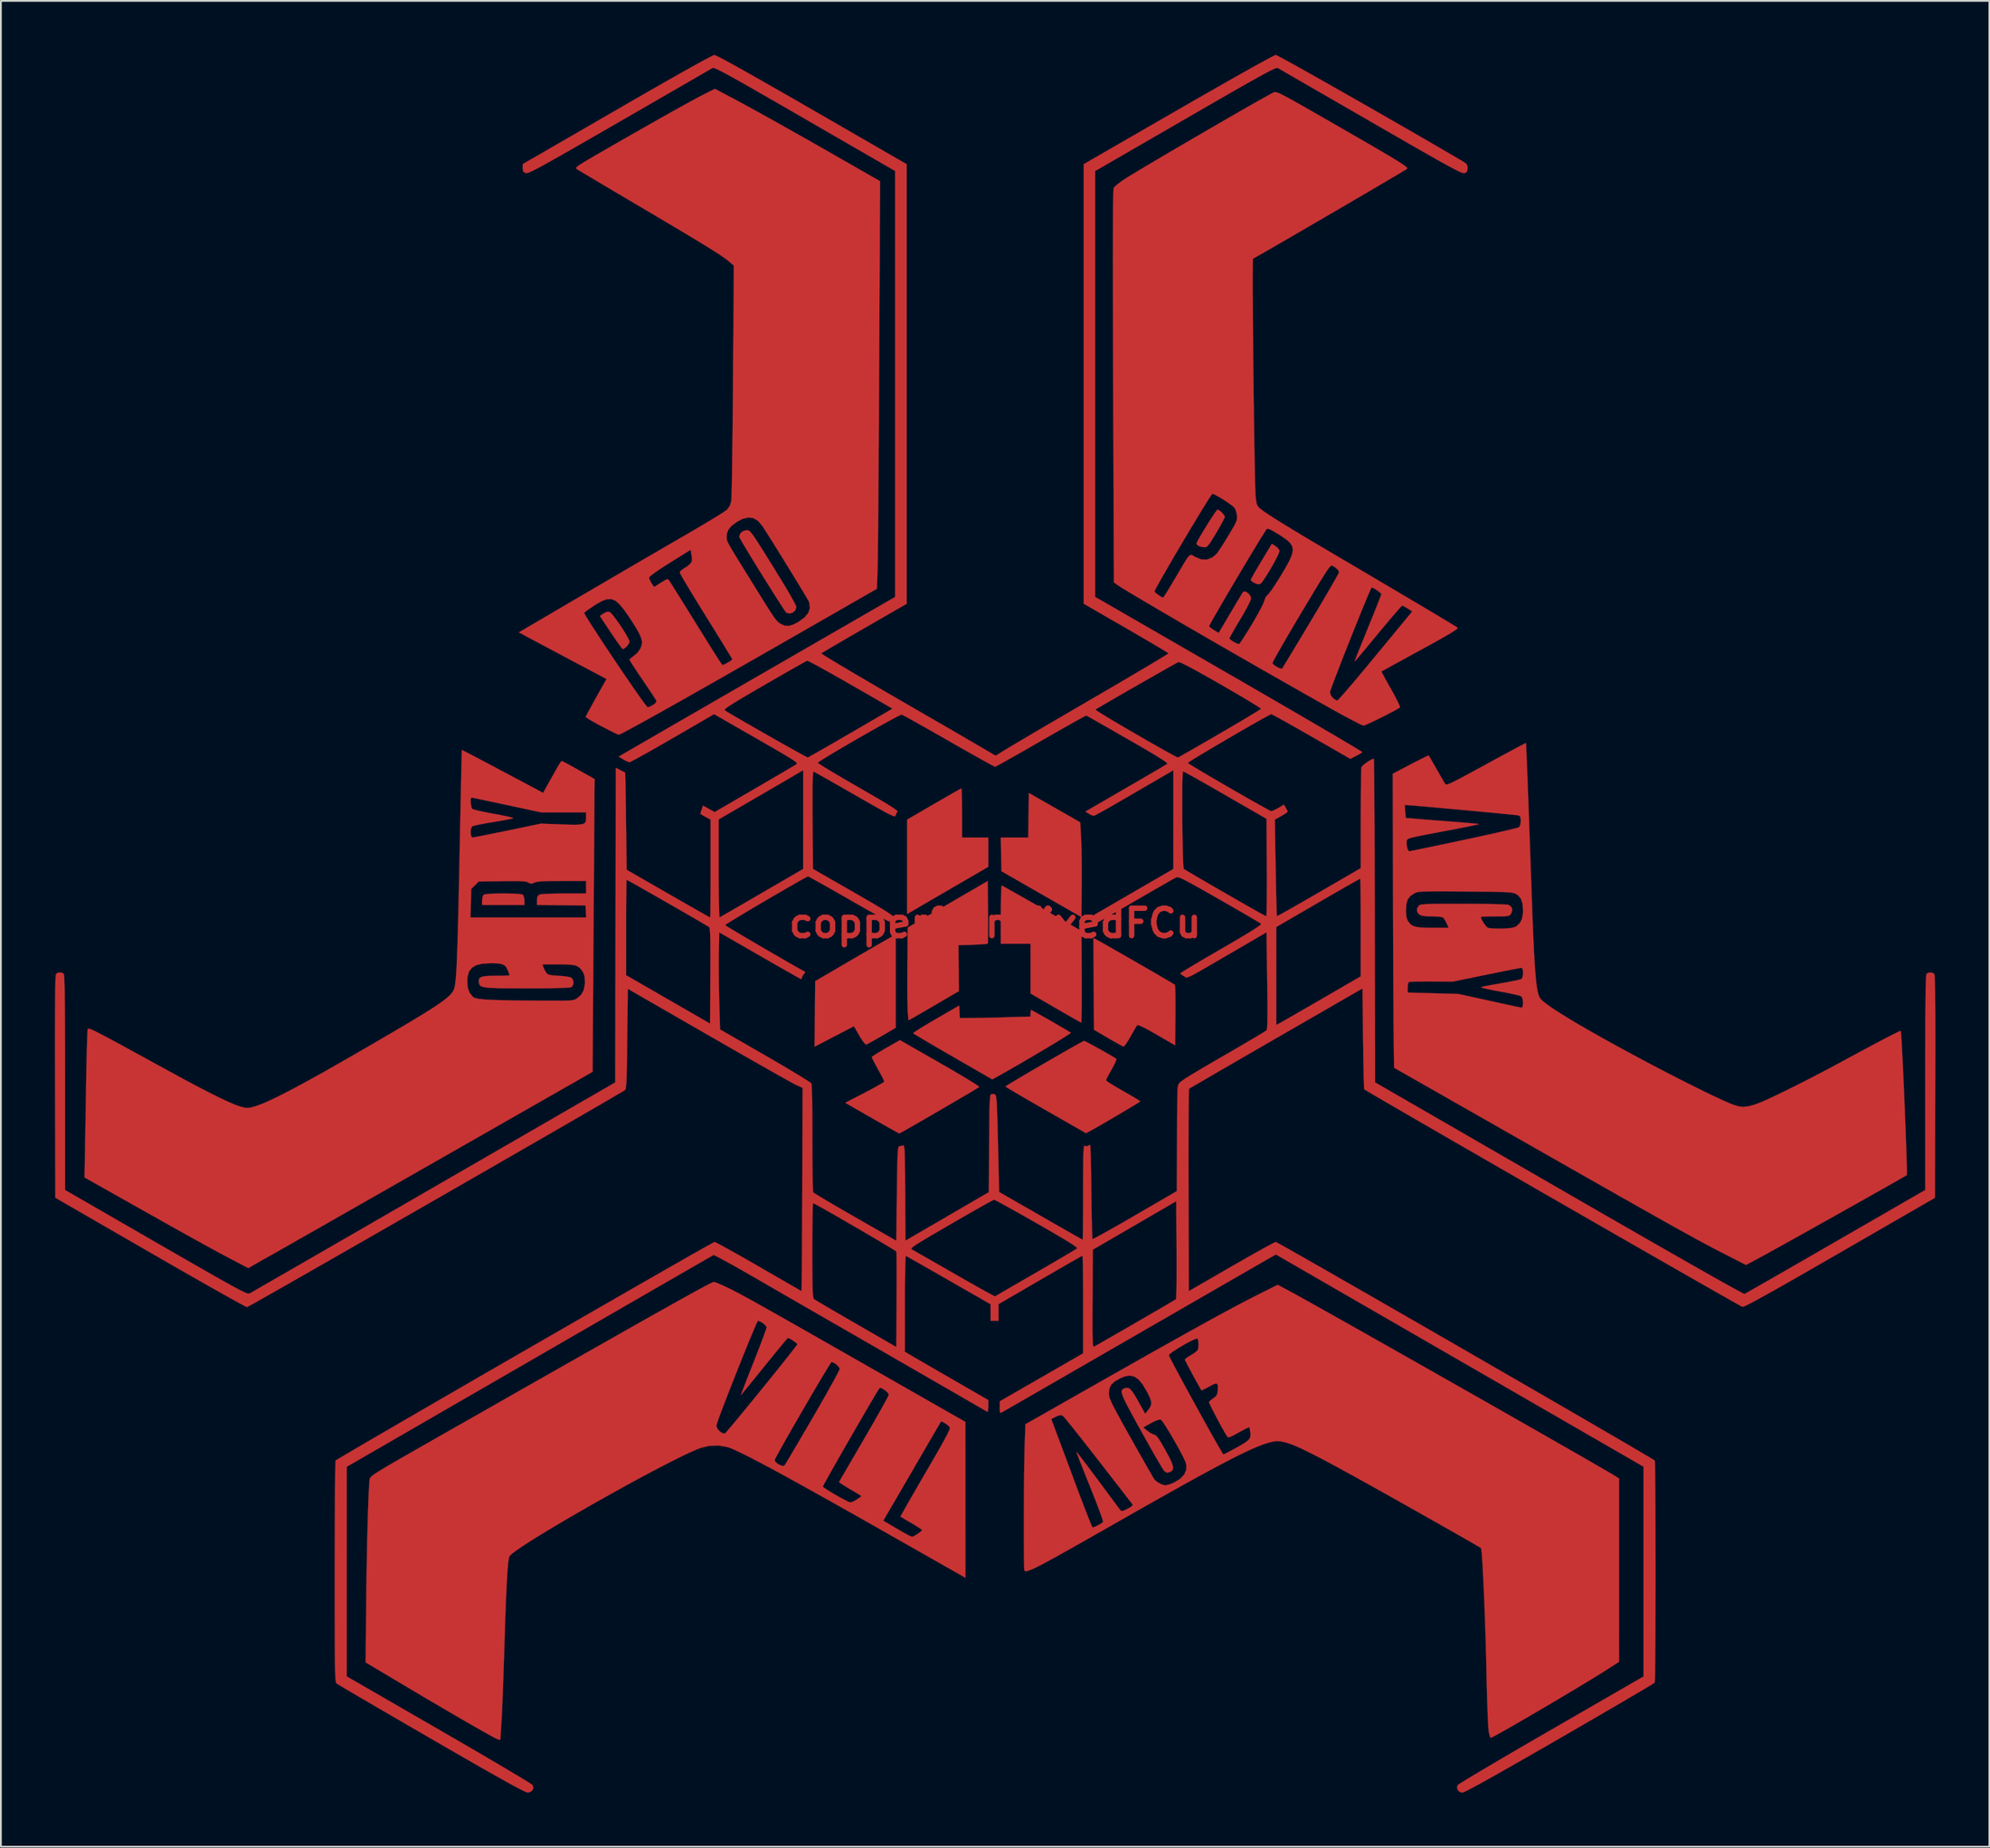
<source format=kicad_pcb>
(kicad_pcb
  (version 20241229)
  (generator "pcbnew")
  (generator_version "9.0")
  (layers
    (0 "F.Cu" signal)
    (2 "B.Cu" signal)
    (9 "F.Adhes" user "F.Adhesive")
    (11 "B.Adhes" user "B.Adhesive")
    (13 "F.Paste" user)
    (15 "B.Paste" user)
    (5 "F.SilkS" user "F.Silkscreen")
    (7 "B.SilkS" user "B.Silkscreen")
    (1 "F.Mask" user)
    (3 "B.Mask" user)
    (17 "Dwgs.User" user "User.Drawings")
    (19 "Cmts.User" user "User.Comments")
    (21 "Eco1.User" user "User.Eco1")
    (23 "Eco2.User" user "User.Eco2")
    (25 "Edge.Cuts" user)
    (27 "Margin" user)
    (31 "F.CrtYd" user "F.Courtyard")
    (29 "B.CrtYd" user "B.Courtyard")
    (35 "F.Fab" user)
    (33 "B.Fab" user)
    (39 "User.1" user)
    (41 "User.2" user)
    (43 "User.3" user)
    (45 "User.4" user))
  (footprint "copperfrontfixedFCu"
    (layer "F.Cu")
    (at 52.254 48.265)
    (property "Reference" "copperfrontfixedFCu" (at 0 0 0) (layer "F.Cu") (effects (font (size 1.524 1.524) (thickness 0.3))))
    (attr through_hole)
    (fp_poly (pts (xy 4.731 -5.606) (xy 4.778 -4.692) (xy 4.791 -4.368) (xy 4.801 -3.947) (xy 4.808 -3.46) (xy 4.812 -2.936) (xy 4.812 -2.406) (xy 4.81 -2.06) (xy 4.794 -0.342) (xy 0.349 -2.892) (xy 0.314 -4.763) (xy 1.839 -4.763) (xy 1.856 -6.001) (xy 1.873 -7.239) (xy 4.731 -5.606)) (stroke (width 0.01) (type solid)) (fill yes) (layer "F.Cu"))
    (fp_poly (pts (xy -26.893 -1.647) (xy -26.569 -1.635) (xy -26.357 -1.613) (xy -26.249 -1.583) (xy -26.238 -1.575) (xy -26.188 -1.465) (xy -26.163 -1.292) (xy -26.162 -1.257) (xy -26.162 -1.016) (xy -28.512 -1.016) (xy -28.512 -1.257) (xy -28.493 -1.435) (xy -28.446 -1.562) (xy -28.435 -1.575) (xy -28.349 -1.608) (xy -28.159 -1.631) (xy -27.86 -1.645) (xy -27.443 -1.651) (xy -27.337 -1.651) (xy -26.893 -1.647)) (stroke (width 0.01) (type solid)) (fill yes) (layer "F.Cu"))
    (fp_poly (pts (xy -21.357 -17.244) (xy -21.223 -17.091) (xy -21.059 -16.876) (xy -20.879 -16.623) (xy -20.701 -16.355) (xy -20.54 -16.097) (xy -20.413 -15.873) (xy -20.336 -15.706) (xy -20.32 -15.639) (xy -20.366 -15.521) (xy -20.475 -15.385) (xy -20.605 -15.276) (xy -20.7 -15.24) (xy -20.748 -15.29) (xy -20.853 -15.43) (xy -21.004 -15.641) (xy -21.187 -15.907) (xy -21.356 -16.158) (xy -21.967 -17.075) (xy -21.776 -17.212) (xy -21.577 -17.308) (xy -21.444 -17.311) (xy -21.357 -17.244)) (stroke (width 0.01) (type solid)) (fill yes) (layer "F.Cu"))
    (fp_poly (pts (xy -5.525 3.221) (xy -5.526 5.81) (xy -6.305 6.266) (xy -6.592 6.432) (xy -6.843 6.573) (xy -7.036 6.679) (xy -7.15 6.736) (xy -7.167 6.742) (xy -7.235 6.699) (xy -7.345 6.564) (xy -7.482 6.357) (xy -7.55 6.243) (xy -7.849 5.724) (xy -8.942 6.293) (xy -10.035 6.863) (xy -10.001 3.22) (xy -8.001 2.052) (xy -7.533 1.779) (xy -7.09 1.522) (xy -6.687 1.288) (xy -6.339 1.087) (xy -6.058 0.925) (xy -5.86 0.812) (xy -5.763 0.758) (xy -5.524 0.632) (xy -5.525 3.221)) (stroke (width 0.01) (type solid)) (fill yes) (layer "F.Cu"))
    (fp_poly (pts (xy 15.579 -20.961) (xy 15.718 -20.842) (xy 15.797 -20.717) (xy 15.801 -20.7) (xy 15.776 -20.599) (xy 15.695 -20.416) (xy 15.573 -20.176) (xy 15.422 -19.901) (xy 15.257 -19.616) (xy 15.092 -19.346) (xy 14.94 -19.114) (xy 14.817 -18.944) (xy 14.735 -18.861) (xy 14.733 -18.86) (xy 14.586 -18.846) (xy 14.409 -18.912) (xy 14.273 -18.999) (xy 14.207 -19.077) (xy 14.205 -19.091) (xy 14.241 -19.166) (xy 14.332 -19.33) (xy 14.467 -19.565) (xy 14.635 -19.851) (xy 14.798 -20.124) (xy 15.378 -21.087) (xy 15.579 -20.961)) (stroke (width 0.01) (type solid)) (fill yes) (layer "F.Cu"))
    (fp_poly (pts (xy -1.864 -7.433) (xy -1.856 -7.263) (xy -1.849 -7.004) (xy -1.844 -6.673) (xy -1.842 -6.287) (xy -1.841 -6.128) (xy -1.841 -4.763) (xy -0.381 -4.763) (xy -0.381 -3.136) (xy -1.921 -2.242) (xy -2.368 -1.982) (xy -2.82 -1.719) (xy -3.255 -1.467) (xy -3.647 -1.238) (xy -3.973 -1.048) (xy -4.175 -0.93) (xy -4.889 -0.512) (xy -4.889 -5.761) (xy -3.398 -6.627) (xy -3.004 -6.855) (xy -2.647 -7.06) (xy -2.341 -7.235) (xy -2.1 -7.371) (xy -1.94 -7.46) (xy -1.874 -7.493) (xy -1.874 -7.493) (xy -1.864 -7.433)) (stroke (width 0.01) (type solid)) (fill yes) (layer "F.Cu"))
    (fp_poly (pts (xy 12.46 -22.942) (xy 12.591 -22.834) (xy 12.706 -22.705) (xy 12.763 -22.598) (xy 12.764 -22.588) (xy 12.732 -22.505) (xy 12.647 -22.335) (xy 12.519 -22.1) (xy 12.359 -21.822) (xy 12.285 -21.696) (xy 12.096 -21.381) (xy 11.956 -21.161) (xy 11.852 -21.018) (xy 11.771 -20.937) (xy 11.7 -20.902) (xy 11.634 -20.896) (xy 11.443 -20.926) (xy 11.316 -20.97) (xy 11.213 -21.048) (xy 11.189 -21.114) (xy 11.233 -21.214) (xy 11.329 -21.39) (xy 11.464 -21.622) (xy 11.624 -21.888) (xy 11.795 -22.165) (xy 11.965 -22.433) (xy 12.12 -22.67) (xy 12.246 -22.855) (xy 12.33 -22.965) (xy 12.356 -22.987) (xy 12.46 -22.942)) (stroke (width 0.01) (type solid)) (fill yes) (layer "F.Cu"))
    (fp_poly (pts (xy -0.396 -0.623) (xy -0.393 -0.168) (xy -0.392 0.244) (xy -0.394 0.597) (xy -0.399 0.874) (xy -0.405 1.059) (xy -0.414 1.133) (xy -0.414 1.134) (xy -0.488 1.149) (xy -0.663 1.166) (xy -0.914 1.182) (xy -1.215 1.195) (xy -1.245 1.196) (xy -2.041 1.222) (xy -2.026 2.497) (xy -2.012 3.771) (xy -3.245 4.491) (xy -3.611 4.705) (xy -3.95 4.903) (xy -4.243 5.072) (xy -4.47 5.204) (xy -4.614 5.286) (xy -4.646 5.303) (xy -4.815 5.395) (xy -4.856 4.936) (xy -4.865 4.76) (xy -4.872 4.476) (xy -4.878 4.104) (xy -4.881 3.663) (xy -4.881 3.172) (xy -4.879 2.65) (xy -4.877 2.358) (xy -4.858 0.239) (xy -0.413 -2.345) (xy -0.396 -0.623)) (stroke (width 0.01) (type solid)) (fill yes) (layer "F.Cu"))
    (fp_poly (pts (xy 0.429 -2.062) (xy 0.591 -1.974) (xy 0.838 -1.836) (xy 1.16 -1.655) (xy 1.543 -1.437) (xy 1.977 -1.19) (xy 2.448 -0.92) (xy 2.603 -0.83) (xy 4.794 0.43) (xy 4.811 2.977) (xy 4.813 3.532) (xy 4.813 4.044) (xy 4.811 4.502) (xy 4.807 4.891) (xy 4.801 5.197) (xy 4.793 5.409) (xy 4.783 5.511) (xy 4.779 5.519) (xy 4.713 5.487) (xy 4.553 5.399) (xy 4.314 5.265) (xy 4.011 5.092) (xy 3.659 4.89) (xy 3.35 4.71) (xy 1.968 3.907) (xy 1.968 1.143) (xy 0.318 1.143) (xy 0.318 -0.476) (xy 0.319 -0.915) (xy 0.324 -1.308) (xy 0.332 -1.639) (xy 0.342 -1.891) (xy 0.354 -2.048) (xy 0.365 -2.093) (xy 0.429 -2.062)) (stroke (width 0.01) (type solid)) (fill yes) (layer "F.Cu"))
    (fp_poly (pts (xy -13.759 -21.842) (xy -13.707 -21.828) (xy -13.65 -21.793) (xy -13.581 -21.726) (xy -13.494 -21.618) (xy -13.381 -21.458) (xy -13.233 -21.236) (xy -13.046 -20.942) (xy -12.809 -20.566) (xy -12.518 -20.098) (xy -12.326 -19.79) (xy -11.973 -19.217) (xy -11.672 -18.72) (xy -11.426 -18.303) (xy -11.239 -17.973) (xy -11.114 -17.736) (xy -11.054 -17.597) (xy -11.049 -17.571) (xy -11.103 -17.399) (xy -11.239 -17.273) (xy -11.414 -17.215) (xy -11.587 -17.25) (xy -11.6 -17.258) (xy -11.651 -17.322) (xy -11.76 -17.481) (xy -11.916 -17.718) (xy -12.11 -18.021) (xy -12.334 -18.373) (xy -12.578 -18.761) (xy -12.835 -19.171) (xy -13.093 -19.587) (xy -13.346 -19.996) (xy -13.583 -20.383) (xy -13.795 -20.734) (xy -13.975 -21.034) (xy -14.112 -21.268) (xy -14.198 -21.423) (xy -14.224 -21.481) (xy -14.167 -21.655) (xy -14.022 -21.787) (xy -13.828 -21.844) (xy -13.815 -21.844) (xy -13.759 -21.842)) (stroke (width 0.01) (type solid)) (fill yes) (layer "F.Cu"))
    (fp_poly (pts (xy 5.635 0.912) (xy 5.752 0.976) (xy 5.957 1.091) (xy 6.235 1.249) (xy 6.572 1.441) (xy 6.952 1.659) (xy 7.363 1.894) (xy 7.788 2.139) (xy 8.213 2.384) (xy 8.625 2.622) (xy 9.008 2.844) (xy 9.347 3.042) (xy 9.629 3.206) (xy 9.838 3.33) (xy 9.961 3.404) (xy 9.986 3.421) (xy 9.999 3.495) (xy 10.009 3.679) (xy 10.016 3.955) (xy 10.02 4.306) (xy 10.021 4.715) (xy 10.018 5.127) (xy 10.001 6.785) (xy 8.973 6.191) (xy 8.578 5.966) (xy 8.28 5.806) (xy 8.071 5.707) (xy 7.943 5.664) (xy 7.888 5.672) (xy 7.833 5.757) (xy 7.734 5.925) (xy 7.605 6.148) (xy 7.519 6.302) (xy 7.382 6.536) (xy 7.262 6.72) (xy 7.175 6.832) (xy 7.144 6.855) (xy 7.069 6.824) (xy 6.906 6.739) (xy 6.677 6.612) (xy 6.402 6.455) (xy 6.287 6.388) (xy 5.493 5.922) (xy 5.476 3.372) (xy 5.46 0.821) (xy 5.635 0.912)) (stroke (width 0.01) (type solid)) (fill yes) (layer "F.Cu"))
    (fp_poly (pts (xy -1.981 4.923) (xy -1.962 5.271) (xy -1.378 5.27) (xy -1.133 5.268) (xy -0.79 5.263) (xy -0.382 5.254) (xy 0.064 5.243) (xy 0.517 5.231) (xy 0.587 5.228) (xy 1.968 5.187) (xy 1.968 5.006) (xy 1.98 4.877) (xy 2.005 4.826) (xy 2.068 4.856) (xy 2.22 4.939) (xy 2.441 5.062) (xy 2.71 5.214) (xy 3.006 5.382) (xy 3.309 5.556) (xy 3.598 5.724) (xy 3.853 5.873) (xy 4.052 5.991) (xy 4.176 6.068) (xy 4.206 6.089) (xy 4.163 6.128) (xy 4.022 6.223) (xy 3.798 6.365) (xy 3.504 6.547) (xy 3.152 6.761) (xy 2.755 6.998) (xy 2.328 7.252) (xy 1.882 7.514) (xy 1.432 7.777) (xy 0.99 8.032) (xy 0.57 8.272) (xy 0.194 8.483) (xy -0.159 8.68) (xy -2.349 7.419) (xy -2.829 7.141) (xy -3.274 6.883) (xy -3.671 6.65) (xy -4.009 6.45) (xy -4.275 6.29) (xy -4.459 6.177) (xy -4.548 6.117) (xy -4.555 6.111) (xy -4.506 6.067) (xy -4.363 5.97) (xy -4.139 5.829) (xy -3.85 5.653) (xy -3.511 5.452) (xy -3.285 5.32) (xy -2 4.576) (xy -1.981 4.923)) (stroke (width 0.01) (type solid)) (fill yes) (layer "F.Cu"))
    (fp_poly (pts (xy -3.064 7.774) (xy -2.582 8.051) (xy -2.138 8.31) (xy -1.744 8.545) (xy -1.41 8.746) (xy -1.149 8.909) (xy -0.971 9.027) (xy -0.888 9.091) (xy -0.884 9.1) (xy -0.95 9.144) (xy -1.11 9.241) (xy -1.35 9.385) (xy -1.657 9.567) (xy -2.016 9.777) (xy -2.412 10.009) (xy -2.832 10.254) (xy -3.26 10.504) (xy -3.684 10.749) (xy -4.088 10.983) (xy -4.459 11.196) (xy -4.781 11.381) (xy -5.042 11.529) (xy -5.226 11.631) (xy -5.319 11.68) (xy -5.327 11.683) (xy -5.39 11.652) (xy -5.549 11.566) (xy -5.788 11.433) (xy -6.093 11.262) (xy -6.449 11.059) (xy -6.842 10.835) (xy -6.847 10.831) (xy -8.329 9.981) (xy -7.246 9.42) (xy -6.909 9.242) (xy -6.615 9.082) (xy -6.381 8.949) (xy -6.224 8.852) (xy -6.161 8.802) (xy -6.161 8.8) (xy -6.19 8.724) (xy -6.269 8.563) (xy -6.386 8.341) (xy -6.509 8.117) (xy -6.648 7.863) (xy -6.761 7.649) (xy -6.835 7.5) (xy -6.858 7.442) (xy -6.806 7.395) (xy -6.663 7.298) (xy -6.448 7.164) (xy -6.182 7.006) (xy -6.076 6.946) (xy -5.293 6.498) (xy -3.064 7.774)) (stroke (width 0.01) (type solid)) (fill yes) (layer "F.Cu"))
    (fp_poly (pts (xy 5.016 6.57) (xy 5.174 6.651) (xy 5.396 6.769) (xy 5.656 6.912) (xy 5.933 7.066) (xy 6.202 7.218) (xy 6.439 7.355) (xy 6.622 7.465) (xy 6.727 7.533) (xy 6.741 7.544) (xy 6.729 7.614) (xy 6.663 7.767) (xy 6.555 7.978) (xy 6.471 8.128) (xy 6.338 8.365) (xy 6.234 8.563) (xy 6.172 8.695) (xy 6.161 8.731) (xy 6.215 8.782) (xy 6.361 8.882) (xy 6.583 9.021) (xy 6.861 9.186) (xy 7.114 9.331) (xy 7.425 9.508) (xy 7.693 9.665) (xy 7.9 9.79) (xy 8.029 9.873) (xy 8.064 9.902) (xy 8.012 9.941) (xy 7.867 10.032) (xy 7.647 10.166) (xy 7.369 10.333) (xy 7.051 10.523) (xy 6.71 10.724) (xy 6.364 10.927) (xy 6.03 11.121) (xy 5.725 11.297) (xy 5.467 11.443) (xy 5.273 11.55) (xy 5.244 11.566) (xy 5.048 11.669) (xy 2.812 10.391) (xy 2.328 10.113) (xy 1.879 9.854) (xy 1.478 9.621) (xy 1.136 9.421) (xy 0.865 9.26) (xy 0.677 9.146) (xy 0.583 9.086) (xy 0.574 9.078) (xy 0.626 9.039) (xy 0.774 8.945) (xy 1.004 8.805) (xy 1.302 8.628) (xy 1.652 8.42) (xy 2.042 8.191) (xy 2.455 7.95) (xy 2.88 7.703) (xy 3.3 7.46) (xy 3.702 7.229) (xy 4.071 7.018) (xy 4.393 6.836) (xy 4.654 6.69) (xy 4.839 6.59) (xy 4.935 6.543) (xy 4.943 6.54) (xy 5.016 6.57)) (stroke (width 0.01) (type solid)) (fill yes) (layer "F.Cu"))
    (fp_poly (pts (xy -14.756 -45.945) (xy -14.269 -45.685) (xy -13.685 -45.367) (xy -13.013 -44.997) (xy -12.265 -44.582) (xy -11.454 -44.127) (xy -10.589 -43.638) (xy -9.682 -43.123) (xy -9.112 -42.797) (xy -8.639 -42.526) (xy -8.185 -42.267) (xy -7.766 -42.027) (xy -7.397 -41.816) (xy -7.095 -41.643) (xy -6.875 -41.518) (xy -6.77 -41.457) (xy -6.395 -41.243) (xy -6.445 -31.02) (xy -6.451 -29.87) (xy -6.457 -28.743) (xy -6.463 -27.647) (xy -6.47 -26.588) (xy -6.476 -25.575) (xy -6.483 -24.616) (xy -6.49 -23.717) (xy -6.496 -22.887) (xy -6.503 -22.134) (xy -6.509 -21.465) (xy -6.515 -20.888) (xy -6.521 -20.41) (xy -6.526 -20.039) (xy -6.531 -19.784) (xy -6.533 -19.693) (xy -6.572 -18.59) (xy -9.779 -16.75) (xy -11.248 -15.908) (xy -12.615 -15.126) (xy -13.881 -14.402) (xy -15.045 -13.739) (xy -16.106 -13.136) (xy -17.063 -12.593) (xy -17.917 -12.111) (xy -18.665 -11.691) (xy -19.308 -11.333) (xy -19.844 -11.036) (xy -20.274 -10.803) (xy -20.596 -10.632) (xy -20.81 -10.524) (xy -20.915 -10.48) (xy -20.922 -10.479) (xy -20.998 -10.507) (xy -21.165 -10.586) (xy -21.403 -10.703) (xy -21.69 -10.851) (xy -21.876 -10.947) (xy -22.177 -11.11) (xy -22.434 -11.255) (xy -22.626 -11.371) (xy -22.736 -11.448) (xy -22.754 -11.47) (xy -22.721 -11.541) (xy -22.637 -11.702) (xy -22.513 -11.932) (xy -22.361 -12.21) (xy -22.193 -12.515) (xy -22.019 -12.827) (xy -21.852 -13.124) (xy -21.745 -13.311) (xy -21.594 -13.573) (xy -23.037 -14.338) (xy -23.501 -14.585) (xy -23.996 -14.848) (xy -24.488 -15.109) (xy -24.946 -15.353) (xy -25.338 -15.562) (xy -25.475 -15.635) (xy -26.47 -16.166) (xy -25.125 -16.954) (xy -24.612 -17.256) (xy -22.838 -17.256) (xy -22.813 -17.191) (xy -22.723 -17.034) (xy -22.577 -16.797) (xy -22.384 -16.493) (xy -22.152 -16.134) (xy -21.889 -15.732) (xy -21.603 -15.299) (xy -21.302 -14.848) (xy -20.996 -14.392) (xy -20.691 -13.941) (xy -20.397 -13.51) (xy -20.122 -13.11) (xy -19.873 -12.753) (xy -19.66 -12.451) (xy -19.49 -12.218) (xy -19.372 -12.065) (xy -19.313 -12.004) (xy -19.311 -12.004) (xy -19.204 -12.034) (xy -19.048 -12.111) (xy -19.006 -12.136) (xy -18.863 -12.25) (xy -18.819 -12.348) (xy -18.822 -12.359) (xy -18.867 -12.437) (xy -18.973 -12.602) (xy -19.127 -12.837) (xy -19.32 -13.125) (xy -19.539 -13.449) (xy -19.588 -13.52) (xy -19.809 -13.847) (xy -20.003 -14.138) (xy -20.16 -14.379) (xy -20.268 -14.551) (xy -20.317 -14.64) (xy -20.319 -14.647) (xy -20.27 -14.711) (xy -20.148 -14.809) (xy -20.095 -14.845) (xy -19.859 -15.05) (xy -19.694 -15.3) (xy -19.624 -15.556) (xy -19.623 -15.589) (xy -19.642 -15.748) (xy -19.703 -15.935) (xy -19.812 -16.166) (xy -19.98 -16.457) (xy -20.213 -16.824) (xy -20.371 -17.063) (xy -20.651 -17.461) (xy -20.892 -17.749) (xy -21.114 -17.934) (xy -21.333 -18.02) (xy -21.568 -18.012) (xy -21.835 -17.917) (xy -22.153 -17.74) (xy -22.299 -17.646) (xy -22.521 -17.497) (xy -22.702 -17.368) (xy -22.815 -17.28) (xy -22.838 -17.256) (xy -24.612 -17.256) (xy -24.137 -17.534) (xy -23.248 -18.055) (xy -22.448 -18.524) (xy -21.727 -18.945) (xy -21.248 -19.226) (xy -19.228 -19.226) (xy -19.207 -19.108) (xy -19.131 -18.948) (xy -19.102 -18.902) (xy -18.954 -18.686) (xy -18.576 -18.927) (xy -18.376 -19.05) (xy -18.253 -19.11) (xy -18.181 -19.114) (xy -18.131 -19.071) (xy -18.124 -19.061) (xy -18.076 -18.986) (xy -17.968 -18.814) (xy -17.808 -18.558) (xy -17.603 -18.231) (xy -17.361 -17.844) (xy -17.09 -17.408) (xy -16.797 -16.937) (xy -16.67 -16.732) (xy -16.316 -16.162) (xy -16.022 -15.691) (xy -15.784 -15.309) (xy -15.594 -15.007) (xy -15.447 -14.776) (xy -15.337 -14.606) (xy -15.258 -14.489) (xy -15.203 -14.413) (xy -15.167 -14.372) (xy -15.143 -14.354) (xy -15.13 -14.351) (xy -15.06 -14.379) (xy -14.922 -14.451) (xy -14.852 -14.49) (xy -14.703 -14.581) (xy -14.615 -14.65) (xy -14.605 -14.666) (xy -14.637 -14.726) (xy -14.73 -14.883) (xy -14.877 -15.125) (xy -15.07 -15.442) (xy -15.304 -15.821) (xy -15.57 -16.253) (xy -15.863 -16.725) (xy -16.066 -17.051) (xy -16.372 -17.546) (xy -16.657 -18.01) (xy -16.913 -18.432) (xy -17.134 -18.799) (xy -17.312 -19.1) (xy -17.44 -19.325) (xy -17.512 -19.46) (xy -17.526 -19.495) (xy -17.475 -19.586) (xy -17.347 -19.687) (xy -17.307 -19.71) (xy -17.122 -19.83) (xy -16.963 -19.962) (xy -16.952 -19.973) (xy -16.872 -20.077) (xy -16.844 -20.19) (xy -16.857 -20.362) (xy -16.869 -20.437) (xy -16.923 -20.757) (xy -18.065 -20.045) (xy -18.408 -19.827) (xy -18.712 -19.626) (xy -18.959 -19.453) (xy -19.134 -19.32) (xy -19.222 -19.239) (xy -19.228 -19.226) (xy -21.248 -19.226) (xy -21.076 -19.326) (xy -20.484 -19.672) (xy -19.942 -19.989) (xy -19.438 -20.283) (xy -18.963 -20.559) (xy -18.508 -20.824) (xy -18.061 -21.083) (xy -17.614 -21.342) (xy -17.461 -21.431) (xy -14.923 -21.431) (xy -14.922 -21.373) (xy -14.912 -21.313) (xy -14.888 -21.239) (xy -14.844 -21.142) (xy -14.774 -21.01) (xy -14.672 -20.832) (xy -14.532 -20.599) (xy -14.349 -20.298) (xy -14.115 -19.92) (xy -13.826 -19.453) (xy -13.537 -18.986) (xy -13.201 -18.443) (xy -12.924 -17.998) (xy -12.699 -17.639) (xy -12.519 -17.356) (xy -12.377 -17.14) (xy -12.266 -16.978) (xy -12.177 -16.861) (xy -12.105 -16.779) (xy -12.04 -16.719) (xy -11.977 -16.673) (xy -11.908 -16.629) (xy -11.906 -16.628) (xy -11.688 -16.533) (xy -11.461 -16.524) (xy -11.199 -16.606) (xy -10.922 -16.754) (xy -10.589 -16.997) (xy -10.381 -17.251) (xy -10.294 -17.52) (xy -10.327 -17.809) (xy -10.349 -17.871) (xy -10.394 -17.956) (xy -10.497 -18.134) (xy -10.65 -18.39) (xy -10.843 -18.71) (xy -11.067 -19.079) (xy -11.314 -19.483) (xy -11.574 -19.906) (xy -11.839 -20.335) (xy -12.099 -20.754) (xy -12.345 -21.15) (xy -12.569 -21.506) (xy -12.762 -21.81) (xy -12.914 -22.045) (xy -12.931 -22.072) (xy -13.169 -22.354) (xy -13.433 -22.514) (xy -13.728 -22.552) (xy -14.056 -22.468) (xy -14.356 -22.306) (xy -14.643 -22.093) (xy -14.822 -21.885) (xy -14.908 -21.66) (xy -14.922 -21.497) (xy -14.923 -21.431) (xy -17.461 -21.431) (xy -17.272 -21.54) (xy -16.784 -21.824) (xy -16.324 -22.095) (xy -15.906 -22.345) (xy -15.543 -22.566) (xy -15.247 -22.75) (xy -15.032 -22.889) (xy -14.912 -22.974) (xy -14.897 -22.987) (xy -14.736 -23.219) (xy -14.663 -23.474) (xy -14.656 -23.579) (xy -14.647 -23.803) (xy -14.639 -24.136) (xy -14.63 -24.568) (xy -14.621 -25.092) (xy -14.612 -25.697) (xy -14.603 -26.375) (xy -14.594 -27.117) (xy -14.586 -27.913) (xy -14.578 -28.756) (xy -14.571 -29.635) (xy -14.567 -30.165) (xy -14.521 -36.548) (xy -14.826 -36.809) (xy -14.927 -36.891) (xy -15.055 -36.986) (xy -15.217 -37.099) (xy -15.421 -37.234) (xy -15.674 -37.395) (xy -15.981 -37.587) (xy -16.352 -37.814) (xy -16.792 -38.08) (xy -17.308 -38.39) (xy -17.908 -38.747) (xy -18.598 -39.157) (xy -19.386 -39.624) (xy -20.032 -40.005) (xy -20.605 -40.344) (xy -21.148 -40.665) (xy -21.651 -40.963) (xy -22.103 -41.231) (xy -22.494 -41.464) (xy -22.814 -41.655) (xy -23.052 -41.797) (xy -23.198 -41.886) (xy -23.238 -41.911) (xy -23.273 -41.94) (xy -23.285 -41.972) (xy -23.263 -42.014) (xy -23.199 -42.074) (xy -23.082 -42.157) (xy -22.901 -42.272) (xy -22.647 -42.425) (xy -22.31 -42.623) (xy -21.879 -42.872) (xy -21.548 -43.063) (xy -20.741 -43.527) (xy -19.966 -43.97) (xy -19.23 -44.388) (xy -18.545 -44.775) (xy -17.919 -45.127) (xy -17.362 -45.437) (xy -16.883 -45.7) (xy -16.491 -45.911) (xy -16.196 -46.066) (xy -16.114 -46.107) (xy -15.574 -46.375) (xy -14.756 -45.945)) (stroke (width 0.01) (type solid)) (fill yes) (layer "F.Cu"))
    (fp_poly (pts (xy -29.578 -9.602) (xy -29.421 -9.522) (xy -29.176 -9.395) (xy -28.855 -9.227) (xy -28.469 -9.024) (xy -28.031 -8.792) (xy -27.552 -8.538) (xy -27.372 -8.442) (xy -25.12 -7.245) (xy -24.778 -7.861) (xy -24.559 -8.253) (xy -24.393 -8.547) (xy -24.272 -8.756) (xy -24.188 -8.894) (xy -24.132 -8.974) (xy -24.097 -9.009) (xy -24.08 -9.015) (xy -24.012 -8.984) (xy -23.853 -8.902) (xy -23.623 -8.777) (xy -23.342 -8.622) (xy -23.146 -8.512) (xy -22.257 -8.011) (xy -22.264 -7.387) (xy -22.266 -7.243) (xy -22.268 -6.98) (xy -22.271 -6.608) (xy -22.274 -6.135) (xy -22.278 -5.57) (xy -22.283 -4.921) (xy -22.288 -4.197) (xy -22.293 -3.408) (xy -22.299 -2.561) (xy -22.305 -1.665) (xy -22.312 -0.73) (xy -22.318 0.237) (xy -22.321 0.748) (xy -22.371 8.259) (xy -30.696 13.011) (xy -31.665 13.564) (xy -32.617 14.107) (xy -33.543 14.635) (xy -34.437 15.145) (xy -35.292 15.632) (xy -36.101 16.093) (xy -36.856 16.524) (xy -37.551 16.92) (xy -38.179 17.278) (xy -38.732 17.592) (xy -39.204 17.861) (xy -39.587 18.078) (xy -39.874 18.242) (xy -40.059 18.346) (xy -40.069 18.351) (xy -40.412 18.545) (xy -40.73 18.724) (xy -41 18.878) (xy -41.201 18.993) (xy -41.309 19.055) (xy -41.501 19.17) (xy -42.452 18.673) (xy -42.764 18.508) (xy -43.119 18.318) (xy -43.524 18.098) (xy -43.986 17.844) (xy -44.513 17.553) (xy -45.112 17.22) (xy -45.791 16.841) (xy -46.556 16.411) (xy -47.416 15.928) (xy -48.378 15.386) (xy -48.528 15.301) (xy -50.606 14.13) (xy -50.578 12.573) (xy -50.571 12.136) (xy -50.561 11.598) (xy -50.551 10.989) (xy -50.54 10.334) (xy -50.529 9.663) (xy -50.518 9.001) (xy -50.51 8.511) (xy -50.5 7.956) (xy -50.488 7.438) (xy -50.476 6.971) (xy -50.464 6.57) (xy -50.452 6.25) (xy -50.441 6.024) (xy -50.43 5.907) (xy -50.428 5.896) (xy -50.416 5.875) (xy -50.392 5.864) (xy -50.35 5.866) (xy -50.282 5.886) (xy -50.181 5.927) (xy -50.039 5.993) (xy -49.85 6.087) (xy -49.605 6.214) (xy -49.298 6.376) (xy -48.92 6.579) (xy -48.466 6.826) (xy -47.927 7.12) (xy -47.296 7.465) (xy -46.566 7.865) (xy -46.038 8.155) (xy -45.151 8.638) (xy -44.369 9.055) (xy -43.691 9.406) (xy -43.114 9.694) (xy -42.636 9.919) (xy -42.254 10.083) (xy -41.967 10.185) (xy -41.925 10.198) (xy -41.719 10.251) (xy -41.566 10.271) (xy -41.416 10.256) (xy -41.217 10.204) (xy -41.105 10.171) (xy -40.815 10.069) (xy -40.452 9.916) (xy -40.012 9.71) (xy -39.49 9.449) (xy -38.883 9.131) (xy -38.186 8.754) (xy -37.396 8.316) (xy -36.509 7.813) (xy -35.52 7.245) (xy -35.179 7.048) (xy -34.318 6.548) (xy -33.56 6.105) (xy -32.899 5.716) (xy -32.329 5.376) (xy -31.841 5.08) (xy -31.431 4.823) (xy -31.089 4.602) (xy -30.811 4.412) (xy -30.588 4.248) (xy -30.414 4.106) (xy -30.282 3.981) (xy -30.186 3.869) (xy -30.118 3.765) (xy -30.088 3.704) (xy -30.059 3.626) (xy -30.033 3.522) (xy -30.009 3.384) (xy -29.991 3.233) (xy -29.337 3.233) (xy -29.307 3.59) (xy -29.208 3.864) (xy -29.03 4.086) (xy -29.02 4.096) (xy -28.954 4.138) (xy -28.85 4.173) (xy -28.697 4.203) (xy -28.486 4.228) (xy -28.208 4.249) (xy -27.853 4.266) (xy -27.412 4.279) (xy -26.873 4.29) (xy -26.229 4.298) (xy -25.47 4.304) (xy -25.305 4.305) (xy -24.77 4.308) (xy -24.348 4.309) (xy -24.021 4.307) (xy -23.776 4.301) (xy -23.598 4.29) (xy -23.47 4.273) (xy -23.378 4.25) (xy -23.306 4.22) (xy -23.256 4.191) (xy -23.009 3.983) (xy -22.859 3.709) (xy -22.799 3.356) (xy -22.797 3.264) (xy -22.812 2.995) (xy -22.865 2.798) (xy -22.941 2.661) (xy -23.046 2.523) (xy -23.159 2.424) (xy -23.303 2.356) (xy -23.5 2.316) (xy -23.772 2.295) (xy -24.142 2.287) (xy -24.277 2.287) (xy -25.155 2.286) (xy -25.113 2.429) (xy -25.045 2.588) (xy -24.96 2.731) (xy -24.897 2.805) (xy -24.816 2.855) (xy -24.69 2.886) (xy -24.489 2.906) (xy -24.244 2.921) (xy -23.917 2.948) (xy -23.676 2.987) (xy -23.542 3.035) (xy -23.536 3.04) (xy -23.45 3.178) (xy -23.436 3.349) (xy -23.492 3.499) (xy -23.554 3.554) (xy -23.655 3.573) (xy -23.877 3.588) (xy -24.216 3.601) (xy -24.665 3.61) (xy -25.221 3.616) (xy -25.876 3.619) (xy -26.015 3.619) (xy -26.663 3.618) (xy -27.195 3.615) (xy -27.623 3.609) (xy -27.959 3.598) (xy -28.214 3.58) (xy -28.4 3.554) (xy -28.528 3.519) (xy -28.61 3.474) (xy -28.657 3.415) (xy -28.681 3.343) (xy -28.692 3.272) (xy -28.691 3.138) (xy -28.643 3.042) (xy -28.531 2.979) (xy -28.339 2.942) (xy -28.05 2.924) (xy -27.737 2.921) (xy -27.446 2.919) (xy -27.207 2.912) (xy -27.046 2.902) (xy -26.988 2.891) (xy -27.009 2.818) (xy -27.063 2.672) (xy -27.092 2.6) (xy -27.172 2.439) (xy -27.277 2.331) (xy -27.432 2.265) (xy -27.662 2.232) (xy -27.99 2.223) (xy -28.038 2.223) (xy -28.491 2.249) (xy -28.837 2.331) (xy -29.085 2.479) (xy -29.244 2.697) (xy -29.323 2.995) (xy -29.337 3.233) (xy -29.991 3.233) (xy -29.987 3.206) (xy -29.966 2.981) (xy -29.946 2.702) (xy -29.927 2.364) (xy -29.909 1.959) (xy -29.891 1.48) (xy -29.873 0.921) (xy -29.854 0.276) (xy -29.839 -0.318) (xy -29.157 -0.318) (xy -22.726 -0.318) (xy -22.765 -0.984) (xy -25.463 -1.019) (xy -25.463 -1.269) (xy -25.441 -1.463) (xy -25.364 -1.571) (xy -25.341 -1.585) (xy -25.234 -1.608) (xy -25.018 -1.627) (xy -24.708 -1.641) (xy -24.322 -1.649) (xy -23.975 -1.651) (xy -22.733 -1.651) (xy -22.733 -2.349) (xy -24.082 -2.349) (xy -24.561 -2.347) (xy -24.929 -2.341) (xy -25.203 -2.329) (xy -25.398 -2.311) (xy -25.53 -2.286) (xy -25.611 -2.255) (xy -25.751 -2.197) (xy -25.857 -2.212) (xy -25.939 -2.259) (xy -26.009 -2.293) (xy -26.114 -2.317) (xy -26.271 -2.333) (xy -26.496 -2.341) (xy -26.809 -2.343) (xy -27.225 -2.34) (xy -27.394 -2.337) (xy -28.7 -2.318) (xy -29.115 -1.903) (xy -29.157 -0.318) (xy -29.839 -0.318) (xy -29.835 -0.463) (xy -29.816 -1.301) (xy -29.795 -2.246) (xy -29.773 -3.305) (xy -29.749 -4.483) (xy -29.747 -4.57) (xy -29.732 -5.359) (xy -29.716 -6.11) (xy -29.702 -6.797) (xy -29.15 -6.797) (xy -29.139 -6.628) (xy -29.109 -6.468) (xy -29.064 -6.363) (xy -29.054 -6.352) (xy -28.964 -6.317) (xy -28.77 -6.266) (xy -28.496 -6.204) (xy -28.162 -6.137) (xy -27.847 -6.079) (xy -27.493 -6.013) (xy -27.191 -5.953) (xy -26.959 -5.9) (xy -26.817 -5.861) (xy -26.78 -5.839) (xy -26.856 -5.816) (xy -27.036 -5.777) (xy -27.298 -5.727) (xy -27.622 -5.67) (xy -27.908 -5.622) (xy -28.268 -5.561) (xy -28.586 -5.502) (xy -28.841 -5.448) (xy -29.01 -5.406) (xy -29.067 -5.383) (xy -29.121 -5.283) (xy -29.146 -5.126) (xy -29.143 -4.957) (xy -29.113 -4.821) (xy -29.057 -4.763) (xy -29.054 -4.763) (xy -28.971 -4.775) (xy -28.779 -4.81) (xy -28.496 -4.865) (xy -28.137 -4.937) (xy -27.719 -5.022) (xy -27.257 -5.116) (xy -27.102 -5.148) (xy -25.241 -5.534) (xy -24.119 -5.493) (xy -23.666 -5.477) (xy -23.324 -5.473) (xy -23.078 -5.484) (xy -22.911 -5.514) (xy -22.809 -5.569) (xy -22.756 -5.651) (xy -22.736 -5.765) (xy -22.733 -5.876) (xy -22.733 -6.16) (xy -25.221 -6.16) (xy -27.139 -6.572) (xy -27.615 -6.674) (xy -28.051 -6.767) (xy -28.432 -6.848) (xy -28.741 -6.913) (xy -28.964 -6.959) (xy -29.085 -6.982) (xy -29.102 -6.985) (xy -29.138 -6.931) (xy -29.15 -6.797) (xy -29.702 -6.797) (xy -29.702 -6.813) (xy -29.688 -7.461) (xy -29.675 -8.042) (xy -29.664 -8.547) (xy -29.654 -8.967) (xy -29.646 -9.292) (xy -29.64 -9.513) (xy -29.636 -9.62) (xy -29.635 -9.628) (xy -29.578 -9.602)) (stroke (width 0.01) (type solid)) (fill yes) (layer "F.Cu"))
    (fp_poly (pts (xy -15.533 19.966) (xy -15.346 20.041) (xy -15.093 20.153) (xy -14.799 20.292) (xy -14.692 20.344) (xy -14.566 20.407) (xy -14.428 20.479) (xy -14.271 20.561) (xy -14.091 20.657) (xy -13.882 20.771) (xy -13.638 20.904) (xy -13.355 21.061) (xy -13.027 21.245) (xy -12.649 21.457) (xy -12.214 21.702) (xy -11.718 21.983) (xy -11.155 22.302) (xy -10.52 22.663) (xy -9.808 23.068) (xy -9.012 23.521) (xy -8.128 24.025) (xy -7.15 24.583) (xy -6.072 25.197) (xy -4.89 25.872) (xy -4.876 25.88) (xy -1.655 27.718) (xy -1.653 32.049) (xy -1.651 36.38) (xy -2.334 35.993) (xy -2.527 35.883) (xy -2.817 35.719) (xy -3.189 35.507) (xy -3.629 35.257) (xy -4.123 34.977) (xy -4.656 34.674) (xy -5.214 34.356) (xy -5.779 34.036) (xy -7.053 33.312) (xy -7.237 33.208) (xy -6.219 33.208) (xy -5.617 33.563) (xy -5.265 33.769) (xy -5.005 33.917) (xy -4.822 34.016) (xy -4.701 34.073) (xy -4.625 34.097) (xy -4.603 34.099) (xy -4.515 34.066) (xy -4.368 33.983) (xy -4.301 33.938) (xy -4.159 33.832) (xy -4.074 33.75) (xy -4.064 33.729) (xy -4.116 33.68) (xy -4.255 33.583) (xy -4.46 33.455) (xy -4.651 33.341) (xy -4.893 33.201) (xy -5.091 33.085) (xy -5.221 33.008) (xy -5.26 32.984) (xy -5.234 32.928) (xy -5.149 32.772) (xy -5.013 32.53) (xy -4.832 32.211) (xy -4.612 31.828) (xy -4.36 31.39) (xy -4.082 30.91) (xy -3.868 30.542) (xy -3.518 29.94) (xy -3.228 29.438) (xy -2.995 29.028) (xy -2.814 28.7) (xy -2.68 28.448) (xy -2.588 28.261) (xy -2.534 28.131) (xy -2.514 28.05) (xy -2.52 28.013) (xy -2.6 27.928) (xy -2.729 27.83) (xy -2.867 27.743) (xy -2.974 27.693) (xy -3.008 27.694) (xy -3.043 27.752) (xy -3.135 27.909) (xy -3.276 28.152) (xy -3.461 28.469) (xy -3.683 28.849) (xy -3.934 29.281) (xy -4.207 29.752) (xy -4.317 29.94) (xy -4.611 30.448) (xy -4.898 30.942) (xy -5.168 31.406) (xy -5.412 31.826) (xy -5.621 32.185) (xy -5.786 32.468) (xy -5.898 32.66) (xy -5.913 32.686) (xy -6.219 33.208) (xy -7.237 33.208) (xy -8.22 32.652) (xy -9.284 32.054) (xy -10.248 31.516) (xy -10.614 31.313) (xy -9.575 31.313) (xy -9.513 31.372) (xy -9.363 31.475) (xy -9.152 31.607) (xy -8.905 31.754) (xy -8.649 31.9) (xy -8.408 32.03) (xy -8.209 32.131) (xy -8.077 32.187) (xy -8.047 32.193) (xy -7.929 32.16) (xy -7.761 32.076) (xy -7.682 32.027) (xy -7.535 31.926) (xy -7.444 31.857) (xy -7.429 31.842) (xy -7.481 31.805) (xy -7.621 31.718) (xy -7.827 31.594) (xy -8.061 31.457) (xy -8.308 31.31) (xy -8.506 31.184) (xy -8.635 31.095) (xy -8.673 31.055) (xy -8.638 30.994) (xy -8.546 30.836) (xy -8.403 30.59) (xy -8.216 30.268) (xy -7.992 29.883) (xy -7.737 29.445) (xy -7.458 28.966) (xy -7.28 28.659) (xy -6.989 28.158) (xy -6.72 27.689) (xy -6.478 27.263) (xy -6.27 26.893) (xy -6.103 26.59) (xy -5.983 26.366) (xy -5.917 26.232) (xy -5.905 26.201) (xy -5.951 26.114) (xy -6.062 26.006) (xy -6.202 25.904) (xy -6.332 25.834) (xy -6.415 25.825) (xy -6.42 25.829) (xy -6.471 25.906) (xy -6.577 26.077) (xy -6.728 26.33) (xy -6.919 26.653) (xy -7.141 27.032) (xy -7.387 27.455) (xy -7.65 27.909) (xy -7.922 28.38) (xy -8.197 28.857) (xy -8.466 29.326) (xy -8.722 29.774) (xy -8.958 30.189) (xy -9.166 30.558) (xy -9.339 30.867) (xy -9.47 31.105) (xy -9.551 31.258) (xy -9.575 31.313) (xy -10.614 31.313) (xy -11.113 31.036) (xy -11.884 30.613) (xy -12.563 30.246) (xy -13.153 29.933) (xy -13.33 29.841) (xy -12.255 29.841) (xy -12.205 29.943) (xy -12.083 30.047) (xy -11.931 30.129) (xy -11.79 30.167) (xy -11.71 30.144) (xy -11.664 30.075) (xy -11.562 29.907) (xy -11.409 29.652) (xy -11.213 29.32) (xy -10.979 28.923) (xy -10.714 28.472) (xy -10.425 27.978) (xy -10.138 27.484) (xy -9.834 26.959) (xy -9.55 26.463) (xy -9.294 26.01) (xy -9.071 25.609) (xy -8.887 25.273) (xy -8.749 25.014) (xy -8.663 24.841) (xy -8.636 24.769) (xy -8.686 24.662) (xy -8.806 24.538) (xy -8.953 24.433) (xy -9.083 24.385) (xy -9.091 24.384) (xy -9.133 24.437) (xy -9.23 24.588) (xy -9.375 24.823) (xy -9.56 25.131) (xy -9.779 25.497) (xy -10.022 25.91) (xy -10.284 26.357) (xy -10.556 26.824) (xy -10.832 27.299) (xy -11.103 27.769) (xy -11.362 28.221) (xy -11.603 28.642) (xy -11.816 29.02) (xy -11.996 29.342) (xy -12.134 29.594) (xy -12.223 29.764) (xy -12.255 29.84) (xy -12.255 29.841) (xy -13.33 29.841) (xy -13.657 29.671) (xy -14.077 29.461) (xy -14.416 29.3) (xy -14.678 29.186) (xy -14.866 29.119) (xy -14.867 29.118) (xy -15.373 29.03) (xy -15.9 29.049) (xy -16.328 29.149) (xy -16.602 29.255) (xy -16.962 29.413) (xy -17.397 29.62) (xy -17.898 29.868) (xy -18.455 30.153) (xy -19.057 30.468) (xy -19.696 30.809) (xy -20.361 31.171) (xy -21.043 31.546) (xy -21.732 31.931) (xy -22.418 32.318) (xy -23.091 32.704) (xy -23.742 33.082) (xy -24.362 33.447) (xy -24.939 33.793) (xy -25.465 34.114) (xy -25.929 34.406) (xy -26.322 34.663) (xy -26.635 34.879) (xy -26.856 35.048) (xy -26.978 35.165) (xy -26.991 35.186) (xy -27.021 35.279) (xy -27.05 35.447) (xy -27.078 35.697) (xy -27.105 36.032) (xy -27.132 36.461) (xy -27.159 36.987) (xy -27.187 37.617) (xy -27.215 38.358) (xy -27.244 39.213) (xy -27.274 40.164) (xy -27.295 40.835) (xy -27.317 41.496) (xy -27.339 42.13) (xy -27.361 42.722) (xy -27.382 43.254) (xy -27.401 43.71) (xy -27.418 44.075) (xy -27.432 44.331) (xy -27.434 44.355) (xy -27.456 44.682) (xy -27.474 44.967) (xy -27.487 45.184) (xy -27.494 45.308) (xy -27.495 45.323) (xy -27.502 45.371) (xy -27.535 45.39) (xy -27.61 45.372) (xy -27.743 45.312) (xy -27.952 45.202) (xy -28.252 45.037) (xy -28.291 45.015) (xy -28.676 44.798) (xy -29.156 44.524) (xy -29.717 44.199) (xy -30.345 43.834) (xy -31.026 43.435) (xy -31.747 43.011) (xy -32.492 42.569) (xy -33.249 42.119) (xy -33.351 42.058) (xy -34.983 41.084) (xy -34.951 37.735) (xy -34.942 36.904) (xy -34.93 36.083) (xy -34.916 35.284) (xy -34.901 34.516) (xy -34.884 33.791) (xy -34.865 33.121) (xy -34.846 32.516) (xy -34.827 31.987) (xy -34.807 31.546) (xy -34.787 31.204) (xy -34.768 30.971) (xy -34.758 30.893) (xy -34.745 30.851) (xy -34.717 30.805) (xy -34.664 30.751) (xy -34.58 30.682) (xy -34.457 30.595) (xy -34.285 30.483) (xy -34.058 30.344) (xy -33.767 30.17) (xy -33.405 29.958) (xy -32.963 29.703) (xy -32.434 29.4) (xy -31.809 29.043) (xy -31.157 28.672) (xy -29.841 27.922) (xy -15.494 27.922) (xy -15.446 28.076) (xy -15.329 28.225) (xy -15.181 28.333) (xy -15.038 28.366) (xy -15.018 28.361) (xy -14.966 28.31) (xy -14.843 28.169) (xy -14.656 27.948) (xy -14.412 27.657) (xy -14.121 27.305) (xy -13.789 26.902) (xy -13.425 26.457) (xy -13.037 25.98) (xy -12.974 25.903) (xy -12.583 25.421) (xy -12.218 24.968) (xy -11.886 24.554) (xy -11.595 24.188) (xy -11.352 23.88) (xy -11.165 23.64) (xy -11.042 23.478) (xy -10.991 23.403) (xy -10.99 23.4) (xy -11.037 23.341) (xy -11.156 23.249) (xy -11.304 23.152) (xy -11.44 23.077) (xy -11.519 23.05) (xy -11.566 23.098) (xy -11.682 23.233) (xy -11.858 23.444) (xy -12.084 23.718) (xy -12.351 24.045) (xy -12.65 24.412) (xy -12.832 24.638) (xy -13.143 25.023) (xy -13.428 25.374) (xy -13.677 25.68) (xy -13.881 25.929) (xy -14.029 26.11) (xy -14.114 26.209) (xy -14.129 26.226) (xy -14.111 26.169) (xy -14.051 26.008) (xy -13.955 25.758) (xy -13.829 25.433) (xy -13.678 25.046) (xy -13.507 24.613) (xy -13.423 24.4) (xy -13.244 23.943) (xy -13.08 23.521) (xy -12.939 23.148) (xy -12.826 22.841) (xy -12.745 22.615) (xy -12.704 22.485) (xy -12.7 22.462) (xy -12.751 22.365) (xy -12.874 22.25) (xy -13.025 22.151) (xy -13.161 22.1) (xy -13.181 22.098) (xy -13.216 22.155) (xy -13.291 22.317) (xy -13.401 22.57) (xy -13.54 22.899) (xy -13.703 23.293) (xy -13.883 23.735) (xy -14.076 24.214) (xy -14.276 24.714) (xy -14.478 25.222) (xy -14.676 25.725) (xy -14.865 26.208) (xy -15.039 26.658) (xy -15.192 27.061) (xy -15.32 27.403) (xy -15.416 27.671) (xy -15.476 27.849) (xy -15.494 27.922) (xy -29.841 27.922) (xy -29.581 27.775) (xy -28.111 26.939) (xy -26.745 26.161) (xy -25.478 25.441) (xy -24.308 24.776) (xy -23.23 24.164) (xy -22.241 23.603) (xy -21.337 23.09) (xy -20.516 22.625) (xy -19.773 22.205) (xy -19.105 21.828) (xy -18.508 21.493) (xy -17.979 21.196) (xy -17.515 20.936) (xy -17.111 20.712) (xy -16.764 20.52) (xy -16.471 20.36) (xy -16.228 20.229) (xy -16.032 20.125) (xy -15.879 20.046) (xy -15.765 19.99) (xy -15.687 19.956) (xy -15.642 19.94) (xy -15.632 19.939) (xy -15.533 19.966)) (stroke (width 0.01) (type solid)) (fill yes) (layer "F.Cu"))
    (fp_poly (pts (xy 29.503 -9.949) (xy 29.513 -9.761) (xy 29.527 -9.457) (xy 29.544 -9.045) (xy 29.565 -8.531) (xy 29.588 -7.92) (xy 29.615 -7.219) (xy 29.644 -6.433) (xy 29.675 -5.57) (xy 29.708 -4.635) (xy 29.744 -3.634) (xy 29.781 -2.573) (xy 29.781 -2.572) (xy 29.818 -1.517) (xy 29.852 -0.582) (xy 29.885 0.242) (xy 29.916 0.962) (xy 29.946 1.585) (xy 29.976 2.121) (xy 30.005 2.575) (xy 30.036 2.956) (xy 30.068 3.272) (xy 30.101 3.531) (xy 30.137 3.739) (xy 30.176 3.905) (xy 30.218 4.036) (xy 30.264 4.14) (xy 30.378 4.276) (xy 30.607 4.466) (xy 30.95 4.71) (xy 31.407 5.008) (xy 31.979 5.36) (xy 32.385 5.602) (xy 32.989 5.952) (xy 33.648 6.325) (xy 34.347 6.714) (xy 35.076 7.112) (xy 35.819 7.512) (xy 36.566 7.907) (xy 37.302 8.292) (xy 38.016 8.659) (xy 38.694 9.002) (xy 39.323 9.314) (xy 39.891 9.588) (xy 40.385 9.818) (xy 40.791 9.997) (xy 41.048 10.1) (xy 41.324 10.182) (xy 41.59 10.208) (xy 41.876 10.175) (xy 42.213 10.08) (xy 42.588 9.937) (xy 42.876 9.811) (xy 43.258 9.634) (xy 43.714 9.415) (xy 44.226 9.163) (xy 44.774 8.888) (xy 45.342 8.598) (xy 45.909 8.304) (xy 46.457 8.014) (xy 46.831 7.812) (xy 47.532 7.433) (xy 48.169 7.09) (xy 48.736 6.787) (xy 49.227 6.527) (xy 49.635 6.314) (xy 49.955 6.15) (xy 50.18 6.04) (xy 50.303 5.986) (xy 50.326 5.982) (xy 50.337 6.052) (xy 50.352 6.236) (xy 50.371 6.52) (xy 50.392 6.891) (xy 50.415 7.336) (xy 50.44 7.843) (xy 50.466 8.397) (xy 50.493 8.985) (xy 50.519 9.596) (xy 50.545 10.214) (xy 50.57 10.828) (xy 50.593 11.424) (xy 50.614 11.989) (xy 50.633 12.509) (xy 50.647 12.973) (xy 50.658 13.366) (xy 50.665 13.676) (xy 50.667 13.888) (xy 50.663 13.991) (xy 50.661 13.999) (xy 50.586 14.045) (xy 50.412 14.146) (xy 50.148 14.298) (xy 49.805 14.493) (xy 49.393 14.726) (xy 48.925 14.99) (xy 48.41 15.281) (xy 47.858 15.591) (xy 47.282 15.915) (xy 46.691 16.247) (xy 46.096 16.58) (xy 45.507 16.909) (xy 44.937 17.228) (xy 44.394 17.531) (xy 43.89 17.812) (xy 43.436 18.064) (xy 43.043 18.282) (xy 42.72 18.459) (xy 42.479 18.591) (xy 42.405 18.63) (xy 41.725 18.993) (xy 40.373 18.301) (xy 40.145 18.184) (xy 39.912 18.062) (xy 39.668 17.934) (xy 39.408 17.795) (xy 39.126 17.643) (xy 38.817 17.475) (xy 38.476 17.287) (xy 38.096 17.077) (xy 37.672 16.841) (xy 37.2 16.576) (xy 36.672 16.28) (xy 36.085 15.948) (xy 35.432 15.579) (xy 34.707 15.169) (xy 33.906 14.714) (xy 33.022 14.212) (xy 32.051 13.66) (xy 30.986 13.054) (xy 29.823 12.392) (xy 28.555 11.67) (xy 28.436 11.602) (xy 22.17 8.033) (xy 22.148 6.287) (xy 22.144 5.971) (xy 22.141 5.54) (xy 22.137 5.005) (xy 22.134 4.379) (xy 22.13 3.673) (xy 22.13 3.582) (xy 22.924 3.582) (xy 22.924 3.855) (xy 24.336 3.894) (xy 25.749 3.932) (xy 27.464 4.31) (xy 27.915 4.409) (xy 28.328 4.499) (xy 28.685 4.576) (xy 28.97 4.637) (xy 29.166 4.677) (xy 29.256 4.693) (xy 29.258 4.694) (xy 29.314 4.638) (xy 29.336 4.463) (xy 29.337 4.421) (xy 29.314 4.21) (xy 29.254 4.076) (xy 29.243 4.065) (xy 29.153 4.03) (xy 28.959 3.978) (xy 28.684 3.916) (xy 28.35 3.849) (xy 28.036 3.791) (xy 27.685 3.726) (xy 27.389 3.665) (xy 27.164 3.613) (xy 27.03 3.573) (xy 27.003 3.552) (xy 27.09 3.528) (xy 27.279 3.488) (xy 27.549 3.437) (xy 27.876 3.378) (xy 28.131 3.335) (xy 28.485 3.273) (xy 28.797 3.212) (xy 29.046 3.158) (xy 29.208 3.116) (xy 29.258 3.096) (xy 29.309 3) (xy 29.334 2.845) (xy 29.334 2.676) (xy 29.309 2.538) (xy 29.259 2.477) (xy 29.255 2.477) (xy 29.174 2.489) (xy 28.985 2.524) (xy 28.703 2.578) (xy 28.346 2.649) (xy 27.928 2.733) (xy 27.467 2.826) (xy 27.305 2.86) (xy 25.437 3.243) (xy 24.246 3.236) (xy 23.867 3.235) (xy 23.531 3.239) (xy 23.259 3.246) (xy 23.071 3.257) (xy 22.989 3.269) (xy 22.989 3.269) (xy 22.949 3.352) (xy 22.926 3.513) (xy 22.924 3.582) (xy 22.13 3.582) (xy 22.127 2.899) (xy 22.123 2.069) (xy 22.12 1.195) (xy 22.117 0.288) (xy 22.114 -0.64) (xy 22.114 -0.741) (xy 22.829 -0.741) (xy 22.841 -0.451) (xy 22.88 -0.249) (xy 22.949 -0.108) (xy 23.054 0.026) (xy 23.175 0.122) (xy 23.334 0.188) (xy 23.551 0.228) (xy 23.85 0.248) (xy 24.251 0.254) (xy 24.314 0.254) (xy 25.203 0.254) (xy 25.086 -0.008) (xy 24.996 -0.18) (xy 24.909 -0.301) (xy 24.883 -0.325) (xy 24.783 -0.35) (xy 24.591 -0.369) (xy 24.344 -0.379) (xy 24.255 -0.38) (xy 23.93 -0.39) (xy 23.71 -0.422) (xy 23.574 -0.479) (xy 23.573 -0.48) (xy 23.454 -0.628) (xy 23.447 -0.807) (xy 23.537 -0.963) (xy 23.571 -0.993) (xy 23.621 -1.018) (xy 23.7 -1.037) (xy 23.821 -1.052) (xy 23.996 -1.063) (xy 24.237 -1.07) (xy 24.557 -1.075) (xy 24.968 -1.078) (xy 25.484 -1.079) (xy 26.009 -1.079) (xy 26.567 -1.078) (xy 27.083 -1.073) (xy 27.544 -1.066) (xy 27.933 -1.057) (xy 28.238 -1.046) (xy 28.444 -1.033) (xy 28.534 -1.02) (xy 28.69 -0.905) (xy 28.742 -0.737) (xy 28.679 -0.545) (xy 28.674 -0.537) (xy 28.626 -0.472) (xy 28.568 -0.428) (xy 28.475 -0.401) (xy 28.325 -0.387) (xy 28.093 -0.382) (xy 27.78 -0.381) (xy 27.479 -0.378) (xy 27.231 -0.371) (xy 27.06 -0.361) (xy 26.988 -0.348) (xy 26.988 -0.347) (xy 27.026 -0.224) (xy 27.119 -0.055) (xy 27.237 0.112) (xy 27.349 0.232) (xy 27.387 0.257) (xy 27.509 0.281) (xy 27.723 0.296) (xy 27.992 0.301) (xy 28.162 0.299) (xy 28.489 0.284) (xy 28.718 0.257) (xy 28.877 0.214) (xy 28.975 0.163) (xy 29.164 -0.011) (xy 29.28 -0.244) (xy 29.332 -0.559) (xy 29.337 -0.73) (xy 29.309 -1.093) (xy 29.221 -1.36) (xy 29.063 -1.551) (xy 28.939 -1.632) (xy 28.877 -1.66) (xy 28.796 -1.683) (xy 28.683 -1.702) (xy 28.526 -1.717) (xy 28.313 -1.729) (xy 28.032 -1.739) (xy 27.67 -1.747) (xy 27.215 -1.753) (xy 26.655 -1.759) (xy 26.13 -1.764) (xy 25.483 -1.769) (xy 24.949 -1.772) (xy 24.519 -1.772) (xy 24.177 -1.77) (xy 23.914 -1.765) (xy 23.715 -1.756) (xy 23.568 -1.743) (xy 23.462 -1.726) (xy 23.384 -1.704) (xy 23.321 -1.676) (xy 23.309 -1.67) (xy 23.074 -1.513) (xy 22.926 -1.32) (xy 22.849 -1.063) (xy 22.829 -0.741) (xy 22.114 -0.741) (xy 22.112 -1.577) (xy 22.111 -1.884) (xy 22.1 -6.572) (xy 22.765 -6.572) (xy 22.787 -6.223) (xy 22.802 -6.028) (xy 22.817 -5.894) (xy 22.826 -5.856) (xy 22.891 -5.847) (xy 23.067 -5.83) (xy 23.34 -5.807) (xy 23.693 -5.778) (xy 24.113 -5.744) (xy 24.583 -5.708) (xy 24.857 -5.687) (xy 25.349 -5.649) (xy 25.799 -5.613) (xy 26.191 -5.581) (xy 26.512 -5.553) (xy 26.744 -5.53) (xy 26.874 -5.515) (xy 26.895 -5.511) (xy 26.842 -5.494) (xy 26.677 -5.456) (xy 26.417 -5.402) (xy 26.075 -5.333) (xy 25.667 -5.253) (xy 25.206 -5.164) (xy 24.906 -5.108) (xy 24.351 -5.003) (xy 23.909 -4.918) (xy 23.566 -4.85) (xy 23.309 -4.795) (xy 23.126 -4.75) (xy 23.004 -4.711) (xy 22.93 -4.675) (xy 22.891 -4.639) (xy 22.874 -4.6) (xy 22.87 -4.579) (xy 22.865 -4.392) (xy 22.893 -4.205) (xy 22.944 -4.061) (xy 23.007 -4.001) (xy 23.01 -4) (xy 23.086 -4.013) (xy 23.275 -4.05) (xy 23.562 -4.108) (xy 23.937 -4.186) (xy 24.385 -4.279) (xy 24.896 -4.386) (xy 25.456 -4.504) (xy 26.053 -4.631) (xy 26.06 -4.632) (xy 26.658 -4.76) (xy 27.22 -4.883) (xy 27.732 -4.997) (xy 28.183 -5.1) (xy 28.56 -5.188) (xy 28.85 -5.259) (xy 29.041 -5.31) (xy 29.12 -5.338) (xy 29.12 -5.338) (xy 29.18 -5.452) (xy 29.209 -5.643) (xy 29.21 -5.69) (xy 29.2 -5.868) (xy 29.158 -5.958) (xy 29.068 -5.997) (xy 29.067 -5.997) (xy 28.98 -6.008) (xy 28.782 -6.029) (xy 28.488 -6.058) (xy 28.114 -6.095) (xy 27.676 -6.137) (xy 27.188 -6.183) (xy 26.666 -6.232) (xy 26.127 -6.282) (xy 25.584 -6.332) (xy 25.054 -6.38) (xy 24.551 -6.426) (xy 24.093 -6.467) (xy 23.693 -6.502) (xy 23.368 -6.53) (xy 23.132 -6.549) (xy 23.019 -6.557) (xy 22.765 -6.572) (xy 22.1 -6.572) (xy 22.096 -8.307) (xy 23.086 -8.827) (xy 23.407 -8.993) (xy 23.686 -9.135) (xy 23.906 -9.243) (xy 24.048 -9.309) (xy 24.094 -9.324) (xy 24.131 -9.264) (xy 24.217 -9.115) (xy 24.342 -8.899) (xy 24.491 -8.637) (xy 24.509 -8.604) (xy 24.669 -8.325) (xy 24.813 -8.075) (xy 24.925 -7.881) (xy 24.991 -7.77) (xy 24.993 -7.768) (xy 25.017 -7.734) (xy 25.049 -7.714) (xy 25.1 -7.711) (xy 25.18 -7.731) (xy 25.3 -7.779) (xy 25.47 -7.86) (xy 25.702 -7.977) (xy 26.005 -8.138) (xy 26.39 -8.346) (xy 26.869 -8.606) (xy 27.282 -8.831) (xy 27.766 -9.095) (xy 28.213 -9.337) (xy 28.613 -9.553) (xy 28.952 -9.735) (xy 29.22 -9.877) (xy 29.403 -9.972) (xy 29.491 -10.015) (xy 29.497 -10.017) (xy 29.503 -9.949)) (stroke (width 0.01) (type solid)) (fill yes) (layer "F.Cu"))
    (fp_poly (pts (xy 16.342 20.44) (xy 16.558 20.556) (xy 16.872 20.729) (xy 17.277 20.954) (xy 17.764 21.227) (xy 18.327 21.542) (xy 18.958 21.897) (xy 19.648 22.285) (xy 20.391 22.704) (xy 21.179 23.149) (xy 22.003 23.615) (xy 22.856 24.098) (xy 23.732 24.594) (xy 24.621 25.098) (xy 25.516 25.607) (xy 26.41 26.114) (xy 27.295 26.617) (xy 28.163 27.111) (xy 29.006 27.592) (xy 29.817 28.054) (xy 30.589 28.495) (xy 31.313 28.909) (xy 31.982 29.292) (xy 32.588 29.639) (xy 33.124 29.948) (xy 33.581 30.212) (xy 33.953 30.428) (xy 34.231 30.591) (xy 34.407 30.697) (xy 34.433 30.713) (xy 34.671 30.863) (xy 34.671 35.958) (xy 34.67 41.053) (xy 34.111 41.413) (xy 33.803 41.609) (xy 33.428 41.842) (xy 32.997 42.105) (xy 32.521 42.393) (xy 32.013 42.699) (xy 31.484 43.015) (xy 30.945 43.334) (xy 30.408 43.651) (xy 29.884 43.958) (xy 29.385 44.249) (xy 28.922 44.517) (xy 28.506 44.755) (xy 28.15 44.956) (xy 27.864 45.114) (xy 27.661 45.222) (xy 27.551 45.272) (xy 27.537 45.276) (xy 27.506 45.22) (xy 27.462 45.077) (xy 27.436 44.974) (xy 27.42 44.845) (xy 27.403 44.603) (xy 27.385 44.258) (xy 27.367 43.825) (xy 27.349 43.315) (xy 27.332 42.741) (xy 27.316 42.116) (xy 27.306 41.656) (xy 27.29 40.953) (xy 27.272 40.237) (xy 27.25 39.518) (xy 27.226 38.809) (xy 27.201 38.12) (xy 27.175 37.464) (xy 27.148 36.851) (xy 27.121 36.294) (xy 27.095 35.803) (xy 27.069 35.39) (xy 27.045 35.067) (xy 27.023 34.845) (xy 27.003 34.735) (xy 26.998 34.726) (xy 26.936 34.688) (xy 26.774 34.593) (xy 26.525 34.449) (xy 26.199 34.262) (xy 25.808 34.039) (xy 25.363 33.786) (xy 24.876 33.51) (xy 24.511 33.303) (xy 23.396 32.672) (xy 22.385 32.103) (xy 21.473 31.591) (xy 20.654 31.134) (xy 19.922 30.728) (xy 19.272 30.372) (xy 18.698 30.061) (xy 18.195 29.793) (xy 17.756 29.565) (xy 17.376 29.374) (xy 17.05 29.216) (xy 16.772 29.089) (xy 16.536 28.991) (xy 16.336 28.917) (xy 16.168 28.865) (xy 16.131 28.855) (xy 15.873 28.799) (xy 15.67 28.784) (xy 15.461 28.809) (xy 15.369 28.828) (xy 15.162 28.881) (xy 14.925 28.957) (xy 14.653 29.06) (xy 14.339 29.192) (xy 13.979 29.356) (xy 13.567 29.555) (xy 13.097 29.792) (xy 12.564 30.07) (xy 11.961 30.391) (xy 11.283 30.76) (xy 10.525 31.179) (xy 9.681 31.65) (xy 8.745 32.177) (xy 7.711 32.762) (xy 6.575 33.41) (xy 6.477 33.465) (xy 5.67 33.925) (xy 4.965 34.326) (xy 4.354 34.671) (xy 3.831 34.965) (xy 3.387 35.213) (xy 3.014 35.417) (xy 2.706 35.583) (xy 2.454 35.714) (xy 2.251 35.815) (xy 2.089 35.891) (xy 1.978 35.937) (xy 1.792 36.006) (xy 1.69 36.024) (xy 1.64 35.995) (xy 1.625 35.964) (xy 1.616 35.879) (xy 1.61 35.682) (xy 1.604 35.385) (xy 1.6 35.003) (xy 1.597 34.551) (xy 1.596 34.041) (xy 1.595 33.489) (xy 1.596 32.908) (xy 1.599 32.313) (xy 1.602 31.717) (xy 1.606 31.134) (xy 1.612 30.579) (xy 1.619 30.065) (xy 1.626 29.607) (xy 1.635 29.218) (xy 1.643 28.958) (xy 1.683 27.848) (xy 2.193 27.559) (xy 3.117 27.559) (xy 3.267 27.956) (xy 3.321 28.099) (xy 3.414 28.347) (xy 3.54 28.685) (xy 3.694 29.099) (xy 3.871 29.573) (xy 4.065 30.093) (xy 4.27 30.645) (xy 4.392 30.972) (xy 4.596 31.517) (xy 4.788 32.025) (xy 4.962 32.482) (xy 5.116 32.876) (xy 5.242 33.195) (xy 5.338 33.428) (xy 5.398 33.562) (xy 5.416 33.591) (xy 5.499 33.565) (xy 5.648 33.498) (xy 5.713 33.465) (xy 5.874 33.375) (xy 5.981 33.298) (xy 5.998 33.279) (xy 5.985 33.206) (xy 5.93 33.032) (xy 5.838 32.771) (xy 5.716 32.441) (xy 5.568 32.056) (xy 5.401 31.633) (xy 5.392 31.611) (xy 5.165 31.043) (xy 4.98 30.581) (xy 4.834 30.216) (xy 4.723 29.934) (xy 4.641 29.727) (xy 4.585 29.581) (xy 4.55 29.487) (xy 4.532 29.433) (xy 4.527 29.408) (xy 4.53 29.401) (xy 4.536 29.401) (xy 4.579 29.45) (xy 4.687 29.588) (xy 4.853 29.805) (xy 5.066 30.086) (xy 5.317 30.42) (xy 5.597 30.795) (xy 5.726 30.968) (xy 6.018 31.361) (xy 6.287 31.725) (xy 6.525 32.044) (xy 6.72 32.307) (xy 6.863 32.499) (xy 6.944 32.609) (xy 6.957 32.626) (xy 7.013 32.669) (xy 7.102 32.662) (xy 7.255 32.599) (xy 7.359 32.547) (xy 7.556 32.435) (xy 7.64 32.352) (xy 7.635 32.302) (xy 6.935 31.397) (xy 6.31 30.59) (xy 5.758 29.879) (xy 5.278 29.263) (xy 4.866 28.737) (xy 4.521 28.301) (xy 4.242 27.951) (xy 4.026 27.685) (xy 3.871 27.5) (xy 3.775 27.395) (xy 3.743 27.367) (xy 3.625 27.34) (xy 3.468 27.383) (xy 3.369 27.43) (xy 3.117 27.559) (xy 2.193 27.559) (xy 4.725 26.119) (xy 6.32 26.119) (xy 6.324 26.208) (xy 6.338 26.3) (xy 6.368 26.407) (xy 6.42 26.541) (xy 6.499 26.713) (xy 6.611 26.936) (xy 6.763 27.22) (xy 6.959 27.579) (xy 7.205 28.022) (xy 7.508 28.564) (xy 7.55 28.639) (xy 7.822 29.123) (xy 8.077 29.576) (xy 8.308 29.983) (xy 8.507 30.332) (xy 8.667 30.611) (xy 8.781 30.808) (xy 8.843 30.909) (xy 8.85 30.919) (xy 9.006 31.057) (xy 9.213 31.174) (xy 9.412 31.237) (xy 9.461 31.241) (xy 9.609 31.214) (xy 9.812 31.146) (xy 9.94 31.092) (xy 10.276 30.888) (xy 10.506 30.645) (xy 10.622 30.372) (xy 10.621 30.081) (xy 10.574 29.934) (xy 10.474 29.716) (xy 10.335 29.442) (xy 10.168 29.132) (xy 9.984 28.804) (xy 9.796 28.48) (xy 9.615 28.178) (xy 9.452 27.919) (xy 9.32 27.723) (xy 9.229 27.609) (xy 9.203 27.589) (xy 9.062 27.601) (xy 8.833 27.693) (xy 8.654 27.787) (xy 8.23 28.023) (xy 8.449 28.208) (xy 8.623 28.331) (xy 8.791 28.414) (xy 8.834 28.426) (xy 8.912 28.459) (xy 8.997 28.538) (xy 9.101 28.678) (xy 9.237 28.896) (xy 9.415 29.207) (xy 9.457 29.282) (xy 9.663 29.664) (xy 9.802 29.954) (xy 9.876 30.168) (xy 9.889 30.318) (xy 9.843 30.421) (xy 9.741 30.49) (xy 9.693 30.509) (xy 9.553 30.539) (xy 9.45 30.492) (xy 9.375 30.414) (xy 9.313 30.323) (xy 9.198 30.134) (xy 9.038 29.861) (xy 8.84 29.518) (xy 8.613 29.117) (xy 8.363 28.674) (xy 8.106 28.212) (xy 7.798 27.654) (xy 7.548 27.196) (xy 7.352 26.828) (xy 7.206 26.538) (xy 7.107 26.317) (xy 7.049 26.153) (xy 7.03 26.037) (xy 7.044 25.957) (xy 7.088 25.903) (xy 7.157 25.865) (xy 7.195 25.85) (xy 7.318 25.821) (xy 7.427 25.842) (xy 7.538 25.928) (xy 7.666 26.092) (xy 7.824 26.348) (xy 7.945 26.562) (xy 8.337 27.265) (xy 8.488 27.079) (xy 8.613 26.904) (xy 8.673 26.748) (xy 8.669 26.578) (xy 8.598 26.365) (xy 8.459 26.078) (xy 8.443 26.047) (xy 8.207 25.646) (xy 7.977 25.366) (xy 7.74 25.199) (xy 7.486 25.142) (xy 7.202 25.187) (xy 6.935 25.298) (xy 6.637 25.475) (xy 6.447 25.656) (xy 6.347 25.866) (xy 6.32 26.119) (xy 4.725 26.119) (xy 5.302 25.792) (xy 6.562 25.077) (xy 7.718 24.423) (xy 8.446 24.012) (xy 9.652 24.012) (xy 9.682 24.084) (xy 9.765 24.253) (xy 9.896 24.505) (xy 10.068 24.828) (xy 10.272 25.208) (xy 10.501 25.632) (xy 10.75 26.089) (xy 11.01 26.564) (xy 11.274 27.044) (xy 11.535 27.517) (xy 11.786 27.969) (xy 12.02 28.389) (xy 12.23 28.761) (xy 12.409 29.074) (xy 12.549 29.315) (xy 12.643 29.471) (xy 12.684 29.527) (xy 12.685 29.527) (xy 12.75 29.499) (xy 12.902 29.422) (xy 13.118 29.309) (xy 13.327 29.197) (xy 13.671 29.006) (xy 13.915 28.854) (xy 14.074 28.726) (xy 14.162 28.606) (xy 14.195 28.479) (xy 14.188 28.329) (xy 14.184 28.307) (xy 14.155 28.136) (xy 14.13 28.028) (xy 14.123 28.012) (xy 14.063 28.031) (xy 13.917 28.101) (xy 13.709 28.21) (xy 13.532 28.307) (xy 13.275 28.449) (xy 13.106 28.535) (xy 13.002 28.573) (xy 12.94 28.567) (xy 12.896 28.525) (xy 12.873 28.489) (xy 12.765 28.312) (xy 12.63 28.074) (xy 12.478 27.799) (xy 12.322 27.508) (xy 12.174 27.225) (xy 12.045 26.971) (xy 11.947 26.77) (xy 11.892 26.643) (xy 11.885 26.612) (xy 11.947 26.541) (xy 12.077 26.437) (xy 12.129 26.402) (xy 12.277 26.281) (xy 12.347 26.147) (xy 12.371 25.978) (xy 12.38 25.745) (xy 12.354 25.615) (xy 12.275 25.58) (xy 12.125 25.631) (xy 11.901 25.75) (xy 11.7 25.858) (xy 11.547 25.934) (xy 11.47 25.962) (xy 11.466 25.961) (xy 11.418 25.885) (xy 11.326 25.724) (xy 11.203 25.503) (xy 11.062 25.246) (xy 10.916 24.977) (xy 10.778 24.719) (xy 10.661 24.497) (xy 10.578 24.335) (xy 10.542 24.257) (xy 10.541 24.254) (xy 10.592 24.198) (xy 10.724 24.104) (xy 10.884 24.007) (xy 11.071 23.887) (xy 11.211 23.777) (xy 11.265 23.711) (xy 11.295 23.567) (xy 11.302 23.383) (xy 11.289 23.211) (xy 11.257 23.099) (xy 11.243 23.085) (xy 11.16 23.096) (xy 10.995 23.164) (xy 10.775 23.274) (xy 10.523 23.412) (xy 10.264 23.563) (xy 10.023 23.714) (xy 9.824 23.849) (xy 9.693 23.955) (xy 9.652 24.012) (xy 8.446 24.012) (xy 8.773 23.827) (xy 9.733 23.288) (xy 10.603 22.802) (xy 11.388 22.366) (xy 12.092 21.978) (xy 12.72 21.636) (xy 13.278 21.335) (xy 13.769 21.075) (xy 14.2 20.851) (xy 14.469 20.715) (xy 15.698 20.098) (xy 16.342 20.44)) (stroke (width 0.01) (type solid)) (fill yes) (layer "F.Cu"))
    (fp_poly (pts (xy 15.611 -46.189) (xy 15.706 -46.161) (xy 15.838 -46.105) (xy 16.019 -46.016) (xy 16.259 -45.889) (xy 16.569 -45.718) (xy 16.96 -45.498) (xy 17.443 -45.223) (xy 17.847 -44.992) (xy 18.722 -44.49) (xy 19.493 -44.046) (xy 20.167 -43.658) (xy 20.748 -43.322) (xy 21.245 -43.033) (xy 21.662 -42.788) (xy 22.006 -42.583) (xy 22.284 -42.414) (xy 22.501 -42.278) (xy 22.664 -42.17) (xy 22.779 -42.088) (xy 22.853 -42.026) (xy 22.891 -41.981) (xy 22.9 -41.951) (xy 22.885 -41.929) (xy 22.885 -41.929) (xy 22.802 -41.876) (xy 22.621 -41.767) (xy 22.352 -41.606) (xy 22.006 -41.402) (xy 21.593 -41.158) (xy 21.123 -40.882) (xy 20.607 -40.579) (xy 20.055 -40.256) (xy 19.478 -39.919) (xy 18.885 -39.573) (xy 18.288 -39.224) (xy 17.696 -38.88) (xy 17.12 -38.545) (xy 16.571 -38.226) (xy 16.058 -37.928) (xy 15.592 -37.659) (xy 15.184 -37.423) (xy 14.843 -37.227) (xy 14.58 -37.078) (xy 14.406 -36.98) (xy 14.331 -36.94) (xy 14.33 -36.94) (xy 14.323 -36.876) (xy 14.318 -36.694) (xy 14.315 -36.406) (xy 14.313 -36.022) (xy 14.314 -35.551) (xy 14.315 -35.004) (xy 14.318 -34.391) (xy 14.322 -33.723) (xy 14.328 -33.009) (xy 14.334 -32.259) (xy 14.341 -31.485) (xy 14.35 -30.695) (xy 14.359 -29.9) (xy 14.368 -29.111) (xy 14.378 -28.337) (xy 14.389 -27.589) (xy 14.399 -26.876) (xy 14.41 -26.21) (xy 14.421 -25.6) (xy 14.432 -25.056) (xy 14.442 -24.589) (xy 14.453 -24.208) (xy 14.463 -23.924) (xy 14.472 -23.748) (xy 14.475 -23.719) (xy 14.506 -23.46) (xy 14.542 -23.291) (xy 14.598 -23.176) (xy 14.687 -23.079) (xy 14.741 -23.033) (xy 14.902 -22.91) (xy 15.152 -22.739) (xy 15.493 -22.518) (xy 15.929 -22.245) (xy 16.464 -21.918) (xy 17.1 -21.534) (xy 17.84 -21.093) (xy 18.669 -20.603) (xy 19.832 -19.918) (xy 20.886 -19.296) (xy 21.832 -18.737) (xy 22.672 -18.24) (xy 23.407 -17.804) (xy 24.038 -17.43) (xy 24.566 -17.115) (xy 24.992 -16.86) (xy 25.317 -16.663) (xy 25.543 -16.525) (xy 25.67 -16.445) (xy 25.699 -16.423) (xy 25.693 -16.389) (xy 25.625 -16.327) (xy 25.486 -16.231) (xy 25.271 -16.098) (xy 24.971 -15.924) (xy 24.579 -15.702) (xy 24.088 -15.43) (xy 23.635 -15.183) (xy 23.158 -14.922) (xy 22.717 -14.68) (xy 22.324 -14.465) (xy 21.991 -14.283) (xy 21.73 -14.139) (xy 21.554 -14.042) (xy 21.476 -13.998) (xy 21.473 -13.996) (xy 21.495 -13.938) (xy 21.572 -13.788) (xy 21.692 -13.564) (xy 21.846 -13.284) (xy 22 -13.012) (xy 22.175 -12.696) (xy 22.321 -12.418) (xy 22.429 -12.196) (xy 22.49 -12.049) (xy 22.498 -11.997) (xy 22.408 -11.936) (xy 22.23 -11.835) (xy 21.988 -11.706) (xy 21.704 -11.56) (xy 21.404 -11.409) (xy 21.11 -11.265) (xy 20.845 -11.14) (xy 20.635 -11.045) (xy 20.501 -10.992) (xy 20.471 -10.986) (xy 20.386 -11.016) (xy 20.205 -11.101) (xy 19.944 -11.234) (xy 19.616 -11.406) (xy 19.237 -11.611) (xy 18.822 -11.84) (xy 18.666 -11.927) (xy 17.976 -12.315) (xy 17.248 -12.727) (xy 17.054 -12.836) (xy 18.605 -12.836) (xy 18.655 -12.667) (xy 18.776 -12.508) (xy 18.929 -12.402) (xy 19.017 -12.383) (xy 19.073 -12.43) (xy 19.2 -12.565) (xy 19.39 -12.778) (xy 19.633 -13.058) (xy 19.92 -13.394) (xy 20.242 -13.776) (xy 20.591 -14.194) (xy 20.707 -14.335) (xy 21.081 -14.787) (xy 21.447 -15.23) (xy 21.793 -15.649) (xy 22.107 -16.029) (xy 22.377 -16.356) (xy 22.592 -16.616) (xy 22.739 -16.794) (xy 22.751 -16.809) (xy 23.182 -17.331) (xy 22.927 -17.492) (xy 22.765 -17.587) (xy 22.647 -17.645) (xy 22.618 -17.653) (xy 22.566 -17.606) (xy 22.444 -17.472) (xy 22.261 -17.263) (xy 22.028 -16.991) (xy 21.755 -16.668) (xy 21.452 -16.304) (xy 21.28 -16.097) (xy 20.966 -15.718) (xy 20.679 -15.372) (xy 20.428 -15.071) (xy 20.223 -14.827) (xy 20.074 -14.651) (xy 19.99 -14.556) (xy 19.976 -14.541) (xy 19.994 -14.598) (xy 20.054 -14.758) (xy 20.152 -15.007) (xy 20.282 -15.332) (xy 20.437 -15.718) (xy 20.613 -16.151) (xy 20.709 -16.387) (xy 20.894 -16.842) (xy 21.063 -17.261) (xy 21.21 -17.627) (xy 21.328 -17.927) (xy 21.413 -18.146) (xy 21.457 -18.27) (xy 21.463 -18.291) (xy 21.416 -18.357) (xy 21.3 -18.452) (xy 21.155 -18.552) (xy 21.019 -18.629) (xy 20.93 -18.658) (xy 20.919 -18.654) (xy 20.879 -18.579) (xy 20.798 -18.399) (xy 20.682 -18.129) (xy 20.538 -17.783) (xy 20.371 -17.375) (xy 20.186 -16.92) (xy 19.989 -16.431) (xy 19.786 -15.924) (xy 19.583 -15.411) (xy 19.384 -14.908) (xy 19.196 -14.428) (xy 19.025 -13.985) (xy 18.875 -13.595) (xy 18.753 -13.27) (xy 18.664 -13.026) (xy 18.614 -12.876) (xy 18.605 -12.836) (xy 17.054 -12.836) (xy 16.488 -13.158) (xy 15.705 -13.603) (xy 14.908 -14.059) (xy 14.221 -14.452) (xy 15.407 -14.452) (xy 15.407 -14.448) (xy 15.476 -14.37) (xy 15.606 -14.278) (xy 15.756 -14.196) (xy 15.884 -14.146) (xy 15.945 -14.148) (xy 15.985 -14.21) (xy 16.083 -14.37) (xy 16.233 -14.617) (xy 16.429 -14.942) (xy 16.664 -15.332) (xy 16.932 -15.777) (xy 17.225 -16.266) (xy 17.539 -16.79) (xy 17.549 -16.806) (xy 17.862 -17.331) (xy 18.155 -17.825) (xy 18.42 -18.276) (xy 18.651 -18.674) (xy 18.843 -19.007) (xy 18.988 -19.265) (xy 19.08 -19.436) (xy 19.113 -19.51) (xy 19.113 -19.511) (xy 19.057 -19.637) (xy 18.904 -19.776) (xy 18.753 -19.867) (xy 18.72 -19.879) (xy 18.682 -19.873) (xy 18.635 -19.842) (xy 18.573 -19.776) (xy 18.49 -19.667) (xy 18.381 -19.506) (xy 18.239 -19.285) (xy 18.058 -18.994) (xy 17.834 -18.625) (xy 17.56 -18.17) (xy 17.23 -17.62) (xy 16.997 -17.23) (xy 16.679 -16.696) (xy 16.383 -16.194) (xy 16.115 -15.735) (xy 15.881 -15.329) (xy 15.687 -14.987) (xy 15.539 -14.719) (xy 15.444 -14.538) (xy 15.407 -14.452) (xy 14.221 -14.452) (xy 14.104 -14.519) (xy 13.301 -14.98) (xy 12.509 -15.437) (xy 11.734 -15.884) (xy 10.986 -16.318) (xy 10.661 -16.506) (xy 11.886 -16.506) (xy 11.95 -16.438) (xy 12.086 -16.339) (xy 12.165 -16.289) (xy 12.423 -16.136) (xy 13.069 -17.228) (xy 13.27 -17.567) (xy 13.451 -17.872) (xy 13.602 -18.126) (xy 13.712 -18.308) (xy 13.769 -18.403) (xy 13.773 -18.408) (xy 13.857 -18.444) (xy 13.977 -18.4) (xy 14.1 -18.3) (xy 14.193 -18.171) (xy 14.224 -18.055) (xy 14.192 -17.949) (xy 14.102 -17.754) (xy 13.965 -17.491) (xy 13.79 -17.178) (xy 13.621 -16.891) (xy 13.429 -16.57) (xy 13.263 -16.285) (xy 13.132 -16.054) (xy 13.047 -15.897) (xy 13.018 -15.83) (xy 13.069 -15.764) (xy 13.193 -15.674) (xy 13.346 -15.587) (xy 13.485 -15.527) (xy 13.557 -15.516) (xy 13.608 -15.574) (xy 13.713 -15.725) (xy 13.86 -15.951) (xy 14.039 -16.235) (xy 14.238 -16.561) (xy 14.268 -16.61) (xy 14.472 -16.957) (xy 14.654 -17.282) (xy 14.803 -17.564) (xy 14.908 -17.783) (xy 14.957 -17.916) (xy 14.958 -17.921) (xy 15.037 -18.13) (xy 15.148 -18.252) (xy 15.226 -18.336) (xy 15.355 -18.51) (xy 15.522 -18.755) (xy 15.714 -19.053) (xy 15.917 -19.382) (xy 16.185 -19.837) (xy 16.38 -20.203) (xy 16.5 -20.499) (xy 16.545 -20.74) (xy 16.513 -20.944) (xy 16.403 -21.126) (xy 16.213 -21.305) (xy 15.942 -21.496) (xy 15.742 -21.622) (xy 15.475 -21.783) (xy 15.294 -21.88) (xy 15.178 -21.922) (xy 15.108 -21.917) (xy 15.082 -21.897) (xy 15.024 -21.815) (xy 14.912 -21.64) (xy 14.753 -21.384) (xy 14.555 -21.061) (xy 14.326 -20.682) (xy 14.073 -20.261) (xy 13.803 -19.81) (xy 13.525 -19.343) (xy 13.246 -18.872) (xy 12.974 -18.41) (xy 12.715 -17.97) (xy 12.479 -17.564) (xy 12.272 -17.207) (xy 12.102 -16.909) (xy 11.976 -16.685) (xy 11.903 -16.546) (xy 11.886 -16.506) (xy 10.661 -16.506) (xy 10.271 -16.733) (xy 9.599 -17.125) (xy 8.977 -17.489) (xy 8.414 -17.821) (xy 7.918 -18.115) (xy 7.496 -18.367) (xy 7.381 -18.437) (xy 8.853 -18.437) (xy 8.922 -18.359) (xy 9.053 -18.254) (xy 9.201 -18.158) (xy 9.316 -18.102) (xy 9.337 -18.098) (xy 9.378 -18.15) (xy 9.473 -18.295) (xy 9.611 -18.517) (xy 9.783 -18.8) (xy 9.977 -19.127) (xy 10.017 -19.193) (xy 10.263 -19.612) (xy 10.452 -19.933) (xy 10.596 -20.169) (xy 10.704 -20.329) (xy 10.786 -20.425) (xy 10.854 -20.467) (xy 10.917 -20.467) (xy 10.985 -20.436) (xy 11.069 -20.384) (xy 11.115 -20.357) (xy 11.452 -20.221) (xy 11.771 -20.211) (xy 12.067 -20.326) (xy 12.299 -20.52) (xy 12.379 -20.626) (xy 12.509 -20.817) (xy 12.673 -21.072) (xy 12.857 -21.368) (xy 12.953 -21.526) (xy 13.15 -21.856) (xy 13.289 -22.1) (xy 13.378 -22.278) (xy 13.428 -22.412) (xy 13.447 -22.523) (xy 13.444 -22.632) (xy 13.442 -22.653) (xy 13.4 -22.864) (xy 13.331 -23.046) (xy 13.313 -23.076) (xy 13.224 -23.166) (xy 13.061 -23.293) (xy 12.851 -23.438) (xy 12.622 -23.586) (xy 12.402 -23.717) (xy 12.217 -23.816) (xy 12.095 -23.864) (xy 12.069 -23.865) (xy 12.019 -23.806) (xy 11.915 -23.65) (xy 11.762 -23.41) (xy 11.57 -23.099) (xy 11.344 -22.73) (xy 11.094 -22.316) (xy 10.825 -21.869) (xy 10.547 -21.402) (xy 10.267 -20.929) (xy 9.992 -20.462) (xy 9.73 -20.013) (xy 9.488 -19.596) (xy 9.275 -19.224) (xy 9.097 -18.909) (xy 8.962 -18.664) (xy 8.879 -18.503) (xy 8.853 -18.437) (xy 7.381 -18.437) (xy 7.158 -18.572) (xy 6.91 -18.726) (xy 6.762 -18.824) (xy 6.734 -18.845) (xy 6.598 -18.955) (xy 6.559 -29.846) (xy 6.554 -31.31) (xy 6.55 -32.651) (xy 6.547 -33.873) (xy 6.544 -34.981) (xy 6.543 -35.979) (xy 6.542 -36.87) (xy 6.543 -37.66) (xy 6.544 -38.352) (xy 6.547 -38.95) (xy 6.55 -39.459) (xy 6.554 -39.883) (xy 6.56 -40.226) (xy 6.566 -40.492) (xy 6.574 -40.685) (xy 6.582 -40.81) (xy 6.592 -40.871) (xy 6.594 -40.875) (xy 6.678 -40.969) (xy 6.842 -41.106) (xy 7.058 -41.266) (xy 7.192 -41.356) (xy 7.382 -41.477) (xy 7.662 -41.648) (xy 8.02 -41.864) (xy 8.445 -42.118) (xy 8.926 -42.403) (xy 9.452 -42.714) (xy 10.013 -43.043) (xy 10.598 -43.385) (xy 11.195 -43.734) (xy 11.795 -44.083) (xy 12.385 -44.425) (xy 12.956 -44.755) (xy 13.495 -45.066) (xy 13.993 -45.351) (xy 14.439 -45.605) (xy 14.821 -45.821) (xy 15.129 -45.992) (xy 15.352 -46.114) (xy 15.479 -46.178) (xy 15.493 -46.184) (xy 15.544 -46.195) (xy 15.611 -46.189)) (stroke (width 0.01) (type solid)) (fill yes) (layer "F.Cu"))
    (fp_poly (pts (xy 15.666 -48.229) (xy 15.839 -48.139) (xy 16.105 -47.996) (xy 16.454 -47.803) (xy 16.88 -47.567) (xy 17.372 -47.291) (xy 17.922 -46.981) (xy 18.522 -46.642) (xy 19.163 -46.278) (xy 19.837 -45.895) (xy 20.535 -45.497) (xy 21.247 -45.089) (xy 21.967 -44.676) (xy 22.685 -44.264) (xy 23.392 -43.856) (xy 24.08 -43.458) (xy 24.74 -43.075) (xy 25.364 -42.711) (xy 25.94 -42.373) (xy 26.122 -42.258) (xy 26.218 -42.163) (xy 26.253 -42.056) (xy 26.257 -41.971) (xy 26.237 -41.81) (xy 26.157 -41.724) (xy 26.092 -41.696) (xy 26.055 -41.691) (xy 26 -41.699) (xy 25.92 -41.725) (xy 25.809 -41.772) (xy 25.66 -41.843) (xy 25.466 -41.942) (xy 25.22 -42.074) (xy 24.916 -42.24) (xy 24.548 -42.446) (xy 24.108 -42.696) (xy 23.589 -42.991) (xy 22.985 -43.337) (xy 22.29 -43.737) (xy 21.496 -44.194) (xy 20.885 -44.547) (xy 20.147 -44.973) (xy 19.439 -45.381) (xy 18.769 -45.768) (xy 18.144 -46.129) (xy 17.573 -46.459) (xy 17.064 -46.753) (xy 16.624 -47.007) (xy 16.261 -47.217) (xy 15.984 -47.377) (xy 15.801 -47.484) (xy 15.718 -47.531) (xy 15.716 -47.533) (xy 15.685 -47.541) (xy 15.634 -47.534) (xy 15.555 -47.508) (xy 15.443 -47.461) (xy 15.291 -47.387) (xy 15.092 -47.284) (xy 14.84 -47.149) (xy 14.528 -46.976) (xy 14.149 -46.764) (xy 13.697 -46.507) (xy 13.165 -46.203) (xy 12.546 -45.848) (xy 11.834 -45.438) (xy 11.023 -44.969) (xy 10.573 -44.709) (xy 5.556 -41.808) (xy 5.556 -18.138) (xy 12.994 -13.847) (xy 13.889 -13.331) (xy 14.752 -12.831) (xy 15.579 -12.352) (xy 16.361 -11.898) (xy 17.093 -11.472) (xy 17.769 -11.077) (xy 18.382 -10.719) (xy 18.926 -10.399) (xy 19.395 -10.122) (xy 19.782 -9.892) (xy 20.081 -9.713) (xy 20.286 -9.587) (xy 20.391 -9.519) (xy 20.403 -9.508) (xy 20.335 -9.454) (xy 20.188 -9.368) (xy 20.057 -9.298) (xy 19.739 -9.137) (xy 17.578 -10.379) (xy 17.099 -10.653) (xy 16.654 -10.906) (xy 16.253 -11.131) (xy 15.911 -11.322) (xy 15.638 -11.471) (xy 15.448 -11.572) (xy 15.352 -11.618) (xy 15.344 -11.62) (xy 15.272 -11.589) (xy 15.106 -11.502) (xy 14.86 -11.366) (xy 14.548 -11.191) (xy 14.184 -10.984) (xy 13.782 -10.753) (xy 13.355 -10.506) (xy 12.919 -10.251) (xy 12.485 -9.997) (xy 12.069 -9.751) (xy 11.684 -9.522) (xy 11.343 -9.318) (xy 11.062 -9.146) (xy 10.854 -9.016) (xy 10.732 -8.934) (xy 10.705 -8.911) (xy 10.759 -8.869) (xy 10.91 -8.772) (xy 11.143 -8.63) (xy 11.446 -8.449) (xy 11.802 -8.238) (xy 12.2 -8.004) (xy 12.625 -7.757) (xy 13.062 -7.504) (xy 13.498 -7.253) (xy 13.919 -7.011) (xy 14.312 -6.789) (xy 14.661 -6.592) (xy 14.953 -6.43) (xy 15.175 -6.31) (xy 15.311 -6.24) (xy 15.348 -6.226) (xy 15.442 -6.255) (xy 15.602 -6.332) (xy 15.736 -6.406) (xy 16.047 -6.59) (xy 16.151 -6.412) (xy 16.224 -6.279) (xy 16.256 -6.2) (xy 16.256 -6.198) (xy 16.205 -6.15) (xy 16.072 -6.061) (xy 15.899 -5.959) (xy 15.541 -5.757) (xy 15.588 -3.085) (xy 15.598 -2.515) (xy 15.609 -1.986) (xy 15.619 -1.51) (xy 15.629 -1.102) (xy 15.638 -0.773) (xy 15.646 -0.538) (xy 15.653 -0.41) (xy 15.656 -0.39) (xy 15.713 -0.416) (xy 15.869 -0.499) (xy 16.112 -0.634) (xy 16.43 -0.813) (xy 16.812 -1.031) (xy 17.247 -1.28) (xy 17.723 -1.554) (xy 17.999 -1.714) (xy 20.32 -3.061) (xy 20.321 -5.801) (xy 20.322 -6.383) (xy 20.324 -6.929) (xy 20.328 -7.424) (xy 20.333 -7.856) (xy 20.338 -8.21) (xy 20.345 -8.473) (xy 20.352 -8.631) (xy 20.356 -8.67) (xy 20.423 -8.757) (xy 20.563 -8.874) (xy 20.737 -8.996) (xy 20.906 -9.095) (xy 21.03 -9.143) (xy 21.044 -9.144) (xy 21.048 -9.082) (xy 21.053 -8.9) (xy 21.057 -8.605) (xy 21.062 -8.204) (xy 21.067 -7.705) (xy 21.071 -7.115) (xy 21.075 -6.441) (xy 21.08 -5.69) (xy 21.084 -4.868) (xy 21.087 -3.984) (xy 21.09 -3.045) (xy 21.093 -2.057) (xy 21.096 -1.028) (xy 21.098 -0.149) (xy 21.114 8.846) (xy 31.331 14.745) (xy 32.536 15.44) (xy 33.683 16.101) (xy 34.769 16.725) (xy 35.789 17.311) (xy 36.741 17.856) (xy 37.62 18.359) (xy 38.423 18.817) (xy 39.145 19.227) (xy 39.784 19.589) (xy 40.335 19.899) (xy 40.794 20.156) (xy 41.159 20.357) (xy 41.424 20.501) (xy 41.587 20.585) (xy 41.644 20.607) (xy 41.711 20.571) (xy 41.881 20.475) (xy 42.145 20.325) (xy 42.495 20.125) (xy 42.924 19.88) (xy 43.422 19.594) (xy 43.983 19.272) (xy 44.599 18.918) (xy 45.261 18.537) (xy 45.961 18.133) (xy 46.692 17.712) (xy 46.714 17.699) (xy 51.689 14.827) (xy 51.689 8.855) (xy 51.689 7.793) (xy 51.691 6.851) (xy 51.693 6.025) (xy 51.696 5.309) (xy 51.7 4.696) (xy 51.705 4.18) (xy 51.711 3.756) (xy 51.719 3.419) (xy 51.728 3.161) (xy 51.738 2.978) (xy 51.75 2.862) (xy 51.763 2.81) (xy 51.765 2.807) (xy 51.907 2.739) (xy 52.074 2.747) (xy 52.19 2.817) (xy 52.202 2.87) (xy 52.213 3.002) (xy 52.223 3.216) (xy 52.231 3.517) (xy 52.237 3.91) (xy 52.242 4.399) (xy 52.246 4.99) (xy 52.248 5.686) (xy 52.249 6.493) (xy 52.248 7.415) (xy 52.246 8.457) (xy 52.245 9.082) (xy 52.229 15.261) (xy 46.958 18.303) (xy 46.023 18.842) (xy 45.193 19.32) (xy 44.462 19.739) (xy 43.825 20.102) (xy 43.278 20.411) (xy 42.815 20.67) (xy 42.432 20.881) (xy 42.123 21.048) (xy 41.884 21.172) (xy 41.709 21.257) (xy 41.594 21.306) (xy 41.533 21.32) (xy 41.529 21.32) (xy 41.464 21.287) (xy 41.295 21.194) (xy 41.03 21.045) (xy 40.674 20.844) (xy 40.235 20.595) (xy 39.718 20.301) (xy 39.131 19.966) (xy 38.479 19.594) (xy 37.77 19.188) (xy 37.01 18.753) (xy 36.206 18.292) (xy 35.364 17.809) (xy 34.49 17.308) (xy 33.592 16.792) (xy 32.675 16.265) (xy 31.747 15.732) (xy 30.814 15.195) (xy 29.882 14.659) (xy 28.958 14.127) (xy 28.049 13.603) (xy 27.161 13.091) (xy 26.3 12.595) (xy 25.474 12.118) (xy 24.688 11.664) (xy 23.95 11.237) (xy 23.266 10.841) (xy 22.642 10.48) (xy 22.085 10.157) (xy 21.602 9.875) (xy 21.199 9.64) (xy 20.882 9.454) (xy 20.659 9.321) (xy 20.535 9.246) (xy 20.512 9.23) (xy 20.504 9.162) (xy 20.496 8.979) (xy 20.487 8.696) (xy 20.478 8.325) (xy 20.469 7.879) (xy 20.46 7.371) (xy 20.452 6.814) (xy 20.447 6.411) (xy 20.415 3.624) (xy 15.621 6.389) (xy 14.904 6.803) (xy 14.218 7.199) (xy 13.572 7.573) (xy 12.973 7.92) (xy 12.429 8.235) (xy 11.949 8.514) (xy 11.54 8.752) (xy 11.211 8.944) (xy 10.969 9.086) (xy 10.822 9.173) (xy 10.779 9.201) (xy 10.772 9.269) (xy 10.766 9.456) (xy 10.76 9.752) (xy 10.755 10.147) (xy 10.751 10.632) (xy 10.748 11.199) (xy 10.746 11.837) (xy 10.745 12.539) (xy 10.744 13.295) (xy 10.745 14.095) (xy 10.747 14.848) (xy 10.763 20.45) (xy 13.13 19.083) (xy 13.632 18.795) (xy 14.102 18.527) (xy 14.528 18.286) (xy 14.899 18.079) (xy 15.203 17.913) (xy 15.428 17.794) (xy 15.561 17.728) (xy 15.593 17.716) (xy 15.657 17.748) (xy 15.825 17.839) (xy 16.089 17.986) (xy 16.443 18.186) (xy 16.882 18.435) (xy 17.397 18.728) (xy 17.983 19.062) (xy 18.633 19.434) (xy 19.341 19.84) (xy 20.1 20.275) (xy 20.904 20.736) (xy 21.745 21.22) (xy 22.618 21.722) (xy 23.516 22.238) (xy 24.432 22.766) (xy 25.36 23.301) (xy 26.294 23.84) (xy 27.226 24.378) (xy 28.15 24.912) (xy 29.061 25.438) (xy 29.95 25.952) (xy 30.812 26.451) (xy 31.641 26.931) (xy 32.429 27.388) (xy 33.17 27.818) (xy 33.857 28.218) (xy 34.485 28.584) (xy 35.046 28.911) (xy 35.534 29.197) (xy 35.943 29.437) (xy 36.265 29.628) (xy 36.495 29.765) (xy 36.626 29.846) (xy 36.654 29.867) (xy 36.662 29.941) (xy 36.669 30.131) (xy 36.675 30.427) (xy 36.68 30.818) (xy 36.685 31.294) (xy 36.689 31.843) (xy 36.693 32.456) (xy 36.695 33.12) (xy 36.698 33.827) (xy 36.699 34.565) (xy 36.7 35.323) (xy 36.7 36.092) (xy 36.7 36.859) (xy 36.699 37.616) (xy 36.697 38.35) (xy 36.694 39.051) (xy 36.691 39.709) (xy 36.688 40.313) (xy 36.683 40.853) (xy 36.678 41.317) (xy 36.673 41.696) (xy 36.666 41.977) (xy 36.659 42.152) (xy 36.653 42.208) (xy 36.592 42.25) (xy 36.429 42.351) (xy 36.171 42.506) (xy 35.826 42.711) (xy 35.401 42.961) (xy 34.905 43.253) (xy 34.344 43.581) (xy 33.727 43.94) (xy 33.061 44.327) (xy 32.354 44.737) (xy 31.613 45.166) (xy 31.374 45.304) (xy 30.37 45.882) (xy 29.474 46.397) (xy 28.683 46.848) (xy 27.997 47.237) (xy 27.413 47.566) (xy 26.929 47.834) (xy 26.545 48.042) (xy 26.257 48.193) (xy 26.066 48.286) (xy 25.968 48.323) (xy 25.961 48.324) (xy 25.794 48.272) (xy 25.69 48.144) (xy 25.675 47.981) (xy 25.702 47.908) (xy 25.765 47.861) (xy 25.931 47.755) (xy 26.191 47.595) (xy 26.538 47.385) (xy 26.964 47.131) (xy 27.461 46.837) (xy 28.022 46.506) (xy 28.638 46.145) (xy 29.303 45.757) (xy 30.008 45.347) (xy 30.746 44.92) (xy 30.901 44.831) (xy 36.036 41.866) (xy 36.036 30.209) (xy 15.604 18.412) (xy 15.248 18.613) (xy 15.149 18.669) (xy 14.948 18.785) (xy 14.65 18.956) (xy 14.263 19.179) (xy 13.793 19.45) (xy 13.248 19.764) (xy 12.634 20.118) (xy 11.958 20.507) (xy 11.227 20.929) (xy 10.449 21.378) (xy 9.629 21.851) (xy 8.774 22.343) (xy 7.893 22.852) (xy 7.715 22.955) (xy 6.833 23.463) (xy 5.981 23.955) (xy 5.163 24.427) (xy 4.388 24.873) (xy 3.662 25.292) (xy 2.991 25.679) (xy 2.383 26.029) (xy 1.843 26.34) (xy 1.378 26.608) (xy 0.995 26.828) (xy 0.701 26.997) (xy 0.502 27.111) (xy 0.404 27.166) (xy 0.397 27.171) (xy 0.314 27.207) (xy 0.272 27.189) (xy 0.257 27.089) (xy 0.255 26.91) (xy 0.256 26.575) (xy 2.571 25.241) (xy 4.887 23.908) (xy 4.888 22.083) (xy 5.408 22.083) (xy 5.408 22.53) (xy 5.412 22.881) (xy 5.418 23.145) (xy 5.427 23.333) (xy 5.44 23.455) (xy 5.456 23.521) (xy 5.476 23.541) (xy 5.482 23.54) (xy 5.554 23.501) (xy 5.724 23.407) (xy 5.98 23.262) (xy 6.308 23.074) (xy 6.698 22.851) (xy 7.137 22.598) (xy 7.612 22.324) (xy 7.785 22.224) (xy 8.269 21.943) (xy 8.719 21.682) (xy 9.122 21.447) (xy 9.468 21.244) (xy 9.744 21.081) (xy 9.938 20.966) (xy 10.039 20.904) (xy 10.05 20.897) (xy 10.059 20.826) (xy 10.068 20.641) (xy 10.075 20.356) (xy 10.08 19.984) (xy 10.083 19.538) (xy 10.084 19.032) (xy 10.083 18.479) (xy 10.081 18.151) (xy 10.065 15.449) (xy 7.747 16.797) (xy 5.429 18.144) (xy 5.413 20.858) (xy 5.409 21.529) (xy 5.408 22.083) (xy 4.888 22.083) (xy 4.888 21.193) (xy 4.888 20.62) (xy 4.886 20.088) (xy 4.882 19.61) (xy 4.878 19.199) (xy 4.872 18.869) (xy 4.866 18.632) (xy 4.859 18.501) (xy 4.854 18.479) (xy 4.794 18.509) (xy 4.635 18.598) (xy 4.389 18.737) (xy 4.069 18.92) (xy 3.685 19.141) (xy 3.249 19.393) (xy 2.772 19.669) (xy 2.505 19.824) (xy 0.191 21.17) (xy 0.191 22.098) (xy -0.254 22.098) (xy -0.255 21.638) (xy -0.255 21.177) (xy -2.58 19.844) (xy -3.077 19.559) (xy -3.539 19.294) (xy -3.957 19.056) (xy -4.317 18.851) (xy -4.609 18.685) (xy -4.82 18.566) (xy -4.939 18.5) (xy -4.961 18.489) (xy -4.973 18.546) (xy -4.984 18.718) (xy -4.994 18.993) (xy -5.003 19.36) (xy -5.009 19.806) (xy -5.014 20.321) (xy -5.016 20.891) (xy -5.016 21.141) (xy -5.016 23.814) (xy -4.81 23.942) (xy -4.71 24.001) (xy -4.512 24.117) (xy -4.232 24.28) (xy -3.882 24.483) (xy -3.477 24.718) (xy -3.028 24.978) (xy -2.551 25.254) (xy -2.492 25.287) (xy -0.381 26.506) (xy -0.381 26.846) (xy -0.389 27.028) (xy -0.409 27.14) (xy -0.429 27.158) (xy -0.628 27.043) (xy -0.925 26.871) (xy -1.308 26.65) (xy -1.764 26.387) (xy -2.281 26.088) (xy -2.846 25.762) (xy -3.449 25.414) (xy -4.076 25.053) (xy -4.715 24.684) (xy -5.354 24.316) (xy -5.98 23.954) (xy -6.582 23.607) (xy -7.147 23.282) (xy -7.663 22.984) (xy -8.118 22.722) (xy -8.499 22.503) (xy -8.731 22.369) (xy -9.286 22.05) (xy -9.921 21.684) (xy -10.608 21.288) (xy -11.317 20.879) (xy -12.019 20.473) (xy -12.686 20.088) (xy -13.205 19.787) (xy -13.707 19.499) (xy -14.176 19.232) (xy -14.6 18.993) (xy -14.968 18.789) (xy -15.268 18.627) (xy -15.489 18.511) (xy -15.62 18.449) (xy -15.65 18.441) (xy -15.711 18.475) (xy -15.876 18.57) (xy -16.141 18.722) (xy -16.499 18.928) (xy -16.945 19.185) (xy -17.474 19.49) (xy -18.08 19.839) (xy -18.758 20.23) (xy -19.502 20.66) (xy -20.307 21.124) (xy -21.167 21.621) (xy -22.077 22.146) (xy -23.031 22.698) (xy -24.025 23.271) (xy -25.051 23.865) (xy -25.876 24.341) (xy -36.036 30.212) (xy -36.036 41.863) (xy -30.902 44.828) (xy -30.159 45.258) (xy -29.446 45.671) (xy -28.773 46.064) (xy -28.145 46.431) (xy -27.572 46.768) (xy -27.061 47.071) (xy -26.62 47.334) (xy -26.256 47.553) (xy -25.978 47.724) (xy -25.792 47.841) (xy -25.708 47.901) (xy -25.704 47.906) (xy -25.668 48.075) (xy -25.736 48.22) (xy -25.884 48.306) (xy -25.986 48.317) (xy -26.058 48.296) (xy -26.196 48.234) (xy -26.404 48.13) (xy -26.687 47.98) (xy -27.049 47.783) (xy -27.493 47.535) (xy -28.025 47.236) (xy -28.648 46.881) (xy -29.366 46.469) (xy -30.185 45.998) (xy -31.107 45.465) (xy -31.337 45.332) (xy -32.082 44.9) (xy -32.797 44.486) (xy -33.473 44.092) (xy -34.104 43.725) (xy -34.682 43.388) (xy -35.198 43.086) (xy -35.646 42.824) (xy -36.016 42.606) (xy -36.301 42.437) (xy -36.494 42.322) (xy -36.586 42.264) (xy -36.592 42.26) (xy -36.61 42.238) (xy -36.627 42.203) (xy -36.641 42.145) (xy -36.653 42.058) (xy -36.664 41.934) (xy -36.673 41.766) (xy -36.681 41.546) (xy -36.687 41.266) (xy -36.692 40.918) (xy -36.695 40.497) (xy -36.698 39.992) (xy -36.7 39.398) (xy -36.701 38.707) (xy -36.702 37.911) (xy -36.702 37.002) (xy -36.702 36.053) (xy -36.701 35.182) (xy -36.7 34.346) (xy -36.698 33.555) (xy -36.694 32.817) (xy -36.691 32.142) (xy -36.686 31.537) (xy -36.681 31.011) (xy -36.676 30.574) (xy -36.67 30.235) (xy -36.664 30.001) (xy -36.657 29.882) (xy -36.654 29.869) (xy -36.594 29.828) (xy -36.431 29.729) (xy -36.17 29.573) (xy -35.819 29.366) (xy -35.384 29.111) (xy -34.872 28.811) (xy -34.288 28.471) (xy -33.64 28.094) (xy -32.935 27.684) (xy -32.178 27.245) (xy -31.376 26.78) (xy -30.536 26.294) (xy -29.664 25.789) (xy -28.767 25.27) (xy -27.852 24.741) (xy -26.924 24.206) (xy -25.991 23.667) (xy -25.058 23.129) (xy -24.133 22.596) (xy -23.222 22.072) (xy -22.332 21.559) (xy -21.468 21.063) (xy -20.639 20.586) (xy -19.849 20.132) (xy -19.106 19.706) (xy -18.416 19.311) (xy -17.786 18.951) (xy -17.222 18.629) (xy -16.731 18.35) (xy -16.319 18.117) (xy -15.993 17.933) (xy -15.759 17.803) (xy -15.624 17.731) (xy -15.592 17.716) (xy -15.518 17.747) (xy -15.347 17.836) (xy -15.089 17.975) (xy -14.757 18.158) (xy -14.363 18.379) (xy -13.917 18.631) (xy -13.433 18.908) (xy -13.13 19.083) (xy -10.763 20.449) (xy -10.748 19.765) (xy -10.745 19.592) (xy -10.742 19.304) (xy -10.739 18.911) (xy -10.736 18.426) (xy -10.734 18.185) (xy -10.16 18.185) (xy -10.16 18.841) (xy -10.158 19.381) (xy -10.154 19.817) (xy -10.149 20.16) (xy -10.141 20.421) (xy -10.13 20.612) (xy -10.116 20.745) (xy -10.098 20.829) (xy -10.077 20.878) (xy -10.062 20.893) (xy -9.988 20.942) (xy -9.815 21.047) (xy -9.557 21.2) (xy -9.225 21.396) (xy -8.832 21.625) (xy -8.39 21.882) (xy -7.912 22.16) (xy -7.729 22.265) (xy -5.493 23.557) (xy -5.476 20.938) (xy -5.473 20.372) (xy -5.472 19.845) (xy -5.472 19.37) (xy -5.473 18.961) (xy -5.475 18.632) (xy -5.479 18.397) (xy -5.484 18.269) (xy -5.486 18.25) (xy -5.544 18.207) (xy -5.698 18.11) (xy -5.71 18.102) (xy -4.657 18.102) (xy -4.638 18.127) (xy -4.623 18.136) (xy -4.537 18.184) (xy -4.354 18.288) (xy -4.086 18.441) (xy -3.745 18.635) (xy -3.346 18.864) (xy -2.899 19.12) (xy -2.419 19.396) (xy -2.26 19.487) (xy -1.777 19.763) (xy -1.328 20.018) (xy -0.926 20.245) (xy -0.582 20.436) (xy -0.307 20.586) (xy -0.115 20.688) (xy -0.016 20.736) (xy -0.006 20.738) (xy 0.055 20.703) (xy 0.215 20.611) (xy 0.461 20.468) (xy 0.781 20.283) (xy 1.164 20.062) (xy 1.597 19.811) (xy 2.07 19.538) (xy 2.254 19.431) (xy 2.74 19.149) (xy 3.193 18.885) (xy 3.601 18.646) (xy 3.952 18.439) (xy 4.234 18.272) (xy 4.433 18.151) (xy 4.54 18.084) (xy 4.553 18.074) (xy 4.545 18.04) (xy 4.474 17.974) (xy 4.333 17.874) (xy 4.115 17.734) (xy 3.814 17.55) (xy 3.422 17.318) (xy 2.932 17.034) (xy 2.339 16.693) (xy 2.323 16.685) (xy 1.828 16.403) (xy 1.366 16.141) (xy 0.948 15.907) (xy 0.588 15.707) (xy 0.296 15.547) (xy 0.084 15.434) (xy -0.035 15.375) (xy -0.057 15.367) (xy -0.126 15.398) (xy -0.293 15.486) (xy -0.546 15.626) (xy -0.874 15.809) (xy -1.264 16.03) (xy -1.704 16.282) (xy -2.184 16.559) (xy -2.45 16.713) (xy -3.015 17.042) (xy -3.48 17.313) (xy -3.852 17.533) (xy -4.142 17.707) (xy -4.357 17.842) (xy -4.507 17.943) (xy -4.601 18.016) (xy -4.648 18.067) (xy -4.657 18.102) (xy -5.71 18.102) (xy -5.935 17.966) (xy -6.239 17.783) (xy -6.598 17.57) (xy -6.997 17.336) (xy -7.422 17.087) (xy -7.86 16.832) (xy -8.296 16.58) (xy -8.716 16.338) (xy -9.106 16.114) (xy -9.452 15.918) (xy -9.74 15.756) (xy -9.957 15.637) (xy -10.087 15.57) (xy -10.119 15.557) (xy -10.128 15.619) (xy -10.136 15.794) (xy -10.143 16.07) (xy -10.15 16.433) (xy -10.154 16.87) (xy -10.158 17.368) (xy -10.16 17.913) (xy -10.16 18.185) (xy -10.734 18.185) (xy -10.732 17.859) (xy -10.729 17.223) (xy -10.726 16.528) (xy -10.722 15.787) (xy -10.719 15.011) (xy -10.716 14.21) (xy -10.716 14.116) (xy -10.7 9.151) (xy -11.049 8.994) (xy -11.158 8.938) (xy -11.367 8.824) (xy -11.669 8.656) (xy -12.054 8.441) (xy -12.512 8.182) (xy -13.036 7.885) (xy -13.616 7.555) (xy -14.243 7.197) (xy -14.907 6.816) (xy -15.601 6.417) (xy -15.907 6.242) (xy -20.415 3.646) (xy -20.447 6.429) (xy -20.455 7.108) (xy -20.463 7.67) (xy -20.472 8.127) (xy -20.481 8.49) (xy -20.492 8.768) (xy -20.505 8.973) (xy -20.52 9.116) (xy -20.537 9.207) (xy -20.558 9.258) (xy -20.574 9.273) (xy -20.695 9.348) (xy -20.917 9.479) (xy -21.231 9.663) (xy -21.632 9.898) (xy -22.114 10.177) (xy -22.669 10.499) (xy -23.291 10.859) (xy -23.973 11.254) (xy -24.709 11.679) (xy -25.493 12.131) (xy -26.318 12.606) (xy -27.177 13.101) (xy -28.064 13.612) (xy -28.973 14.134) (xy -29.896 14.665) (xy -30.827 15.2) (xy -31.76 15.736) (xy -32.688 16.269) (xy -33.605 16.795) (xy -34.503 17.31) (xy -35.377 17.811) (xy -36.221 18.294) (xy -37.026 18.755) (xy -37.788 19.19) (xy -38.498 19.596) (xy -39.152 19.969) (xy -39.742 20.305) (xy -40.262 20.6) (xy -40.704 20.851) (xy -41.064 21.054) (xy -41.334 21.205) (xy -41.507 21.3) (xy -41.577 21.336) (xy -41.578 21.336) (xy -41.65 21.305) (xy -41.823 21.214) (xy -42.092 21.069) (xy -42.446 20.873) (xy -42.88 20.63) (xy -43.385 20.346) (xy -43.953 20.024) (xy -44.576 19.669) (xy -45.248 19.285) (xy -45.959 18.877) (xy -46.703 18.448) (xy -46.966 18.297) (xy -52.229 15.258) (xy -52.245 9.081) (xy -52.247 7.971) (xy -52.249 6.984) (xy -52.249 6.115) (xy -52.247 5.359) (xy -52.244 4.711) (xy -52.24 4.166) (xy -52.235 3.721) (xy -52.227 3.37) (xy -52.219 3.109) (xy -52.209 2.933) (xy -52.197 2.837) (xy -52.19 2.817) (xy -52.057 2.743) (xy -51.889 2.743) (xy -51.765 2.807) (xy -51.752 2.85) (xy -51.74 2.955) (xy -51.729 3.127) (xy -51.72 3.372) (xy -51.712 3.696) (xy -51.706 4.106) (xy -51.7 4.606) (xy -51.696 5.203) (xy -51.693 5.902) (xy -51.691 6.71) (xy -51.69 7.633) (xy -51.689 8.675) (xy -51.689 8.855) (xy -51.689 14.827) (xy -46.638 17.741) (xy -45.769 18.242) (xy -45.004 18.682) (xy -44.335 19.066) (xy -43.756 19.397) (xy -43.261 19.679) (xy -42.842 19.915) (xy -42.494 20.108) (xy -42.209 20.264) (xy -41.981 20.384) (xy -41.803 20.473) (xy -41.668 20.535) (xy -41.571 20.573) (xy -41.504 20.59) (xy -41.461 20.591) (xy -41.446 20.586) (xy -41.378 20.548) (xy -41.205 20.449) (xy -40.933 20.293) (xy -40.567 20.083) (xy -40.114 19.822) (xy -39.579 19.514) (xy -38.966 19.161) (xy -38.283 18.767) (xy -37.534 18.334) (xy -36.724 17.867) (xy -35.86 17.369) (xy -34.947 16.842) (xy -33.991 16.289) (xy -32.996 15.715) (xy -31.969 15.121) (xy -31.21 14.683) (xy -21.114 8.849) (xy -21.098 0.238) (xy -20.51 0.238) (xy -20.51 2.889) (xy -18.176 4.235) (xy -15.843 5.58) (xy -15.827 2.936) (xy -15.823 2.254) (xy -15.823 2.089) (xy -15.36 2.089) (xy -15.359 2.6) (xy -15.355 3.158) (xy -15.347 3.723) (xy -15.335 4.255) (xy -15.333 4.364) (xy -15.289 5.903) (xy -12.783 7.346) (xy -12.267 7.646) (xy -11.783 7.929) (xy -11.344 8.189) (xy -10.961 8.42) (xy -10.646 8.614) (xy -10.409 8.764) (xy -10.262 8.864) (xy -10.216 8.904) (xy -10.202 8.993) (xy -10.19 9.201) (xy -10.179 9.518) (xy -10.17 9.934) (xy -10.163 10.441) (xy -10.159 11.029) (xy -10.157 11.69) (xy -10.157 11.954) (xy -10.157 12.554) (xy -10.154 13.116) (xy -10.15 13.627) (xy -10.144 14.073) (xy -10.138 14.443) (xy -10.13 14.723) (xy -10.121 14.9) (xy -10.112 14.961) (xy -10.048 15.006) (xy -9.886 15.108) (xy -9.637 15.258) (xy -9.313 15.45) (xy -8.926 15.678) (xy -8.487 15.933) (xy -8.009 16.208) (xy -7.779 16.341) (xy -5.493 17.651) (xy -5.461 15.032) (xy -5.453 14.379) (xy -5.444 13.841) (xy -5.436 13.409) (xy -5.426 13.071) (xy -5.415 12.816) (xy -5.402 12.633) (xy -5.387 12.512) (xy -5.369 12.441) (xy -5.347 12.41) (xy -5.334 12.405) (xy -5.192 12.374) (xy -5.128 12.351) (xy -5.101 12.346) (xy -5.079 12.364) (xy -5.061 12.414) (xy -5.046 12.508) (xy -5.034 12.657) (xy -5.025 12.872) (xy -5.018 13.164) (xy -5.013 13.544) (xy -5.008 14.024) (xy -5.004 14.613) (xy -5.001 14.976) (xy -4.985 17.645) (xy -2.667 16.296) (xy -0.349 14.948) (xy -0.333 12.243) (xy -0.328 11.58) (xy -0.323 11.033) (xy -0.318 10.59) (xy -0.311 10.242) (xy -0.302 9.976) (xy -0.29 9.782) (xy -0.277 9.648) (xy -0.259 9.563) (xy -0.239 9.517) (xy -0.216 9.5) (xy -0.078 9.496) (xy -0.01 9.52) (xy 0.016 9.545) (xy 0.038 9.596) (xy 0.057 9.684) (xy 0.074 9.821) (xy 0.089 10.017) (xy 0.102 10.284) (xy 0.115 10.634) (xy 0.129 11.077) (xy 0.143 11.625) (xy 0.159 12.259) (xy 0.222 14.939) (xy 2.529 16.264) (xy 3.022 16.547) (xy 3.48 16.81) (xy 3.892 17.045) (xy 4.246 17.246) (xy 4.53 17.407) (xy 4.734 17.521) (xy 4.845 17.581) (xy 4.862 17.59) (xy 4.868 17.528) (xy 4.874 17.353) (xy 4.878 17.077) (xy 4.882 16.714) (xy 4.886 16.277) (xy 4.888 15.778) (xy 4.889 15.231) (xy 4.889 14.946) (xy 4.89 14.282) (xy 4.892 13.734) (xy 4.896 13.294) (xy 4.902 12.952) (xy 4.911 12.699) (xy 4.922 12.524) (xy 4.936 12.418) (xy 4.953 12.371) (xy 4.971 12.371) (xy 5.094 12.402) (xy 5.146 12.38) (xy 5.247 12.328) (xy 5.278 12.32) (xy 5.288 12.381) (xy 5.297 12.556) (xy 5.307 12.831) (xy 5.317 13.193) (xy 5.326 13.63) (xy 5.335 14.127) (xy 5.342 14.671) (xy 5.345 14.92) (xy 5.352 15.483) (xy 5.36 16.005) (xy 5.368 16.474) (xy 5.377 16.876) (xy 5.387 17.197) (xy 5.396 17.424) (xy 5.405 17.543) (xy 5.408 17.558) (xy 5.469 17.534) (xy 5.627 17.453) (xy 5.873 17.321) (xy 6.193 17.143) (xy 6.577 16.927) (xy 7.013 16.678) (xy 7.49 16.404) (xy 7.769 16.242) (xy 10.095 14.891) (xy 10.108 12.16) (xy 10.112 11.466) (xy 10.114 10.888) (xy 10.117 10.415) (xy 10.12 10.034) (xy 10.124 9.735) (xy 10.128 9.506) (xy 10.133 9.336) (xy 10.139 9.215) (xy 10.147 9.129) (xy 10.157 9.069) (xy 10.169 9.022) (xy 10.183 8.977) (xy 10.185 8.972) (xy 10.207 8.925) (xy 10.249 8.873) (xy 10.32 8.808) (xy 10.429 8.726) (xy 10.585 8.621) (xy 10.796 8.487) (xy 11.073 8.319) (xy 11.423 8.11) (xy 11.855 7.857) (xy 12.379 7.552) (xy 13.004 7.19) (xy 13.081 7.145) (xy 13.534 6.882) (xy 13.953 6.636) (xy 14.326 6.417) (xy 14.639 6.23) (xy 14.879 6.084) (xy 15.033 5.987) (xy 15.087 5.949) (xy 15.106 5.883) (xy 15.119 5.727) (xy 15.129 5.475) (xy 15.133 5.12) (xy 15.134 4.657) (xy 15.13 4.08) (xy 15.122 3.384) (xy 15.119 3.19) (xy 15.081 0.505) (xy 13.049 1.688) (xy 12.478 2.02) (xy 12.007 2.295) (xy 11.626 2.516) (xy 11.323 2.689) (xy 11.089 2.82) (xy 10.914 2.912) (xy 10.787 2.972) (xy 10.697 3.004) (xy 10.635 3.013) (xy 10.59 3.004) (xy 10.552 2.982) (xy 10.51 2.953) (xy 10.482 2.936) (xy 10.353 2.853) (xy 10.289 2.792) (xy 10.287 2.787) (xy 10.34 2.748) (xy 10.492 2.652) (xy 10.731 2.506) (xy 11.045 2.318) (xy 11.424 2.093) (xy 11.856 1.839) (xy 12.329 1.563) (xy 12.572 1.422) (xy 13.164 1.078) (xy 13.651 0.79) (xy 14.042 0.556) (xy 14.342 0.371) (xy 14.559 0.229) (xy 14.586 0.21) (xy 15.621 0.21) (xy 15.621 5.655) (xy 15.834 5.542) (xy 15.935 5.485) (xy 16.133 5.373) (xy 16.414 5.212) (xy 16.765 5.01) (xy 17.172 4.775) (xy 17.621 4.516) (xy 18.101 4.238) (xy 18.182 4.191) (xy 20.318 2.953) (xy 20.319 0.238) (xy 20.318 -0.335) (xy 20.316 -0.867) (xy 20.313 -1.345) (xy 20.308 -1.756) (xy 20.302 -2.086) (xy 20.296 -2.323) (xy 20.288 -2.454) (xy 20.284 -2.477) (xy 20.223 -2.446) (xy 20.064 -2.357) (xy 19.818 -2.218) (xy 19.497 -2.035) (xy 19.113 -1.815) (xy 18.676 -1.563) (xy 18.2 -1.287) (xy 17.934 -1.133) (xy 15.621 0.21) (xy 14.586 0.21) (xy 14.7 0.128) (xy 14.771 0.062) (xy 14.779 0.027) (xy 14.778 0.027) (xy 14.708 -0.019) (xy 14.539 -0.121) (xy 14.284 -0.271) (xy 13.955 -0.464) (xy 13.564 -0.691) (xy 13.124 -0.945) (xy 12.646 -1.22) (xy 12.453 -1.33) (xy 11.888 -1.653) (xy 11.422 -1.917) (xy 11.045 -2.127) (xy 10.747 -2.29) (xy 10.518 -2.409) (xy 10.348 -2.49) (xy 10.225 -2.538) (xy 10.141 -2.559) (xy 10.084 -2.558) (xy 10.064 -2.551) (xy 9.979 -2.506) (xy 9.797 -2.404) (xy 9.531 -2.252) (xy 9.193 -2.058) (xy 8.795 -1.83) (xy 8.351 -1.573) (xy 7.873 -1.296) (xy 7.727 -1.212) (xy 7.247 -0.933) (xy 6.8 -0.675) (xy 6.401 -0.446) (xy 6.059 -0.25) (xy 5.787 -0.097) (xy 5.598 0.009) (xy 5.502 0.06) (xy 5.493 0.064) (xy 5.473 0.007) (xy 5.47 -0.134) (xy 5.473 -0.197) (xy 5.493 -0.458) (xy 7.699 -1.737) (xy 9.905 -3.016) (xy 9.905 -5.759) (xy 9.906 -6.732) (xy 10.396 -6.732) (xy 10.397 -6.243) (xy 10.4 -5.737) (xy 10.405 -5.232) (xy 10.412 -4.742) (xy 10.42 -4.284) (xy 10.43 -3.873) (xy 10.442 -3.525) (xy 10.455 -3.256) (xy 10.47 -3.082) (xy 10.484 -3.02) (xy 10.55 -2.976) (xy 10.711 -2.878) (xy 10.954 -2.734) (xy 11.264 -2.552) (xy 11.626 -2.34) (xy 12.028 -2.107) (xy 12.454 -1.861) (xy 12.891 -1.61) (xy 13.324 -1.361) (xy 13.738 -1.124) (xy 14.121 -0.906) (xy 14.458 -0.716) (xy 14.734 -0.561) (xy 14.935 -0.45) (xy 15.048 -0.391) (xy 15.066 -0.384) (xy 15.076 -0.445) (xy 15.084 -0.619) (xy 15.091 -0.895) (xy 15.096 -1.259) (xy 15.099 -1.698) (xy 15.101 -2.198) (xy 15.1 -2.748) (xy 15.098 -3.092) (xy 15.081 -5.804) (xy 12.795 -7.121) (xy 12.303 -7.404) (xy 11.844 -7.667) (xy 11.43 -7.902) (xy 11.073 -8.103) (xy 10.784 -8.263) (xy 10.576 -8.376) (xy 10.461 -8.435) (xy 10.442 -8.442) (xy 10.427 -8.382) (xy 10.416 -8.211) (xy 10.407 -7.945) (xy 10.401 -7.599) (xy 10.397 -7.189) (xy 10.396 -6.732) (xy 9.906 -6.732) (xy 9.906 -8.503) (xy 8.969 -7.959) (xy 8.614 -7.753) (xy 8.185 -7.503) (xy 7.717 -7.231) (xy 7.246 -6.957) (xy 6.808 -6.703) (xy 6.79 -6.692) (xy 6.43 -6.484) (xy 6.103 -6.299) (xy 5.829 -6.147) (xy 5.621 -6.037) (xy 5.499 -5.977) (xy 5.474 -5.969) (xy 5.374 -6) (xy 5.226 -6.075) (xy 5.207 -6.087) (xy 5.014 -6.204) (xy 7.247 -7.499) (xy 7.734 -7.782) (xy 8.189 -8.047) (xy 8.6 -8.286) (xy 8.953 -8.493) (xy 9.238 -8.661) (xy 9.442 -8.781) (xy 9.552 -8.848) (xy 9.567 -8.858) (xy 9.562 -8.891) (xy 9.493 -8.955) (xy 9.352 -9.056) (xy 9.134 -9.196) (xy 8.831 -9.381) (xy 8.437 -9.615) (xy 7.944 -9.902) (xy 7.386 -10.224) (xy 6.896 -10.505) (xy 6.44 -10.766) (xy 6.03 -11) (xy 5.678 -11.201) (xy 5.396 -11.362) (xy 5.195 -11.476) (xy 5.087 -11.537) (xy 5.072 -11.545) (xy 5.009 -11.518) (xy 4.848 -11.434) (xy 4.599 -11.298) (xy 4.274 -11.117) (xy 3.885 -10.898) (xy 3.441 -10.646) (xy 2.955 -10.367) (xy 2.546 -10.132) (xy 2.033 -9.836) (xy 1.553 -9.562) (xy 1.117 -9.314) (xy 0.736 -9.099) (xy 0.422 -8.924) (xy 0.186 -8.795) (xy 0.039 -8.719) (xy -0.005 -8.7) (xy -0.074 -8.73) (xy -0.241 -8.818) (xy -0.495 -8.957) (xy -0.826 -9.14) (xy -1.221 -9.361) (xy -1.669 -9.615) (xy -2.159 -9.893) (xy -2.581 -10.135) (xy -3.099 -10.431) (xy -3.585 -10.707) (xy -4.028 -10.958) (xy -4.417 -11.176) (xy -4.74 -11.356) (xy -4.985 -11.49) (xy -5.141 -11.572) (xy -5.193 -11.596) (xy -5.267 -11.57) (xy -5.436 -11.488) (xy -5.685 -11.358) (xy -6 -11.186) (xy -6.368 -10.983) (xy -6.774 -10.755) (xy -7.204 -10.511) (xy -7.644 -10.259) (xy -8.081 -10.006) (xy -8.499 -9.762) (xy -8.886 -9.533) (xy -9.227 -9.329) (xy -9.508 -9.157) (xy -9.715 -9.025) (xy -9.834 -8.941) (xy -9.858 -8.916) (xy -9.806 -8.873) (xy -9.654 -8.774) (xy -9.416 -8.626) (xy -9.101 -8.436) (xy -8.723 -8.211) (xy -8.291 -7.958) (xy -7.818 -7.684) (xy -7.603 -7.56) (xy -7.017 -7.222) (xy -6.536 -6.942) (xy -6.151 -6.713) (xy -5.856 -6.532) (xy -5.643 -6.395) (xy -5.506 -6.296) (xy -5.436 -6.232) (xy -5.427 -6.197) (xy -5.429 -6.195) (xy -5.508 -6.08) (xy -5.536 -5.987) (xy -5.548 -5.956) (xy -5.582 -5.944) (xy -5.646 -5.955) (xy -5.75 -5.996) (xy -5.904 -6.07) (xy -6.119 -6.182) (xy -6.404 -6.339) (xy -6.77 -6.544) (xy -7.225 -6.804) (xy -7.779 -7.121) (xy -8.265 -7.4) (xy -8.719 -7.659) (xy -9.127 -7.892) (xy -9.479 -8.091) (xy -9.761 -8.251) (xy -9.961 -8.363) (xy -10.068 -8.421) (xy -10.081 -8.428) (xy -10.101 -8.413) (xy -10.117 -8.343) (xy -10.13 -8.211) (xy -10.139 -8.005) (xy -10.145 -7.717) (xy -10.149 -7.338) (xy -10.149 -6.857) (xy -10.148 -6.266) (xy -10.145 -5.74) (xy -10.128 -3.02) (xy -7.842 -1.708) (xy -7.249 -1.366) (xy -6.758 -1.081) (xy -6.362 -0.846) (xy -6.052 -0.655) (xy -5.822 -0.503) (xy -5.663 -0.383) (xy -5.567 -0.29) (xy -5.526 -0.217) (xy -5.533 -0.158) (xy -5.579 -0.108) (xy -5.652 -0.063) (xy -5.696 -0.051) (xy -5.761 -0.057) (xy -5.856 -0.087) (xy -5.992 -0.146) (xy -6.18 -0.239) (xy -6.429 -0.371) (xy -6.749 -0.548) (xy -7.152 -0.775) (xy -7.647 -1.056) (xy -8.067 -1.297) (xy -8.558 -1.578) (xy -9.015 -1.838) (xy -9.426 -2.071) (xy -9.78 -2.27) (xy -10.065 -2.428) (xy -10.268 -2.539) (xy -10.379 -2.597) (xy -10.396 -2.603) (xy -10.465 -2.573) (xy -10.629 -2.485) (xy -10.873 -2.35) (xy -11.182 -2.174) (xy -11.544 -1.967) (xy -11.944 -1.735) (xy -12.369 -1.488) (xy -12.804 -1.233) (xy -13.236 -0.979) (xy -13.651 -0.733) (xy -14.035 -0.504) (xy -14.374 -0.3) (xy -14.654 -0.129) (xy -14.862 0.000351) (xy -14.984 0.081) (xy -15.01 0.104) (xy -14.956 0.142) (xy -14.807 0.235) (xy -14.575 0.375) (xy -14.276 0.554) (xy -13.923 0.763) (xy -13.531 0.993) (xy -13.114 1.238) (xy -12.686 1.488) (xy -12.261 1.735) (xy -11.854 1.97) (xy -11.478 2.187) (xy -11.148 2.376) (xy -10.877 2.528) (xy -10.681 2.637) (xy -10.573 2.693) (xy -10.573 2.693) (xy -10.564 2.748) (xy -10.62 2.813) (xy -10.71 2.932) (xy -10.732 3.014) (xy -10.766 3.093) (xy -10.811 3.093) (xy -10.882 3.056) (xy -11.05 2.962) (xy -11.305 2.818) (xy -11.633 2.631) (xy -12.022 2.409) (xy -12.461 2.158) (xy -12.937 1.885) (xy -13.113 1.784) (xy -15.335 0.506) (xy -15.356 1.666) (xy -15.36 2.089) (xy -15.823 2.089) (xy -15.822 1.69) (xy -15.824 1.234) (xy -15.829 0.875) (xy -15.837 0.605) (xy -15.849 0.414) (xy -15.864 0.291) (xy -15.883 0.229) (xy -15.89 0.219) (xy -15.959 0.175) (xy -16.123 0.077) (xy -16.367 -0.067) (xy -16.678 -0.249) (xy -17.041 -0.459) (xy -17.443 -0.692) (xy -17.87 -0.937) (xy -18.306 -1.187) (xy -18.739 -1.435) (xy -19.153 -1.671) (xy -19.536 -1.889) (xy -19.872 -2.079) (xy -20.148 -2.234) (xy -20.349 -2.345) (xy -20.462 -2.405) (xy -20.481 -2.413) (xy -20.487 -2.352) (xy -20.493 -2.177) (xy -20.498 -1.901) (xy -20.503 -1.537) (xy -20.506 -1.1) (xy -20.509 -0.601) (xy -20.51 -0.054) (xy -20.51 0.238) (xy -21.098 0.238) (xy -21.098 0.105) (xy -21.082 -8.638) (xy -20.828 -8.509) (xy -20.673 -8.428) (xy -20.576 -8.375) (xy -20.561 -8.365) (xy -20.558 -8.3) (xy -20.553 -8.122) (xy -20.547 -7.843) (xy -20.54 -7.476) (xy -20.533 -7.036) (xy -20.526 -6.533) (xy -20.518 -5.983) (xy -20.514 -5.66) (xy -20.479 -2.97) (xy -18.171 -1.644) (xy -17.678 -1.361) (xy -17.22 -1.098) (xy -16.808 -0.863) (xy -16.454 -0.662) (xy -16.169 -0.501) (xy -15.966 -0.386) (xy -15.855 -0.326) (xy -15.838 -0.318) (xy -15.832 -0.379) (xy -15.827 -0.554) (xy -15.822 -0.831) (xy -15.818 -1.195) (xy -15.815 -1.634) (xy -15.813 -2.136) (xy -15.812 -2.686) (xy -15.812 -3.036) (xy -15.812 -5.755) (xy -15.837 -5.769) (xy -15.367 -5.769) (xy -15.367 -3.038) (xy -15.366 -2.449) (xy -15.362 -1.908) (xy -15.357 -1.427) (xy -15.349 -1.018) (xy -15.34 -0.693) (xy -15.33 -0.464) (xy -15.318 -0.344) (xy -15.312 -0.328) (xy -15.246 -0.364) (xy -15.083 -0.456) (xy -14.834 -0.599) (xy -14.51 -0.786) (xy -14.123 -1.009) (xy -13.685 -1.263) (xy -13.208 -1.54) (xy -12.963 -1.683) (xy -10.669 -3.016) (xy -10.668 -5.76) (xy -10.668 -8.505) (xy -11.351 -8.106) (xy -11.586 -7.968) (xy -11.91 -7.779) (xy -12.301 -7.552) (xy -12.736 -7.298) (xy -13.194 -7.032) (xy -13.653 -6.765) (xy -13.7 -6.738) (xy -15.367 -5.769) (xy -15.837 -5.769) (xy -16.081 -5.904) (xy -16.243 -5.994) (xy -16.35 -6.055) (xy -16.373 -6.069) (xy -16.368 -6.134) (xy -16.327 -6.271) (xy -16.313 -6.311) (xy -16.232 -6.536) (xy -15.911 -6.356) (xy -15.589 -6.177) (xy -13.395 -7.454) (xy -12.909 -7.737) (xy -12.454 -8.003) (xy -12.041 -8.244) (xy -11.684 -8.454) (xy -11.395 -8.624) (xy -11.187 -8.748) (xy -11.072 -8.818) (xy -11.058 -8.826) (xy -11.028 -8.852) (xy -11.018 -8.881) (xy -11.037 -8.921) (xy -11.095 -8.977) (xy -11.2 -9.054) (xy -11.363 -9.16) (xy -11.591 -9.299) (xy -11.894 -9.479) (xy -12.281 -9.704) (xy -12.762 -9.981) (xy -13.268 -10.271) (xy -15.62 -11.621) (xy -17.92 -10.287) (xy -18.415 -10.002) (xy -18.877 -9.737) (xy -19.296 -9.5) (xy -19.659 -9.297) (xy -19.955 -9.136) (xy -20.17 -9.021) (xy -20.294 -8.961) (xy -20.318 -8.954) (xy -20.429 -8.985) (xy -20.594 -9.064) (xy -20.666 -9.106) (xy -20.918 -9.258) (xy -20.635 -9.428) (xy -20.546 -9.479) (xy -20.354 -9.591) (xy -20.065 -9.758) (xy -19.687 -9.977) (xy -19.225 -10.245) (xy -18.686 -10.556) (xy -18.078 -10.908) (xy -17.406 -11.296) (xy -16.678 -11.717) (xy -16.44 -11.854) (xy -15.042 -11.854) (xy -15.036 -11.842) (xy -14.959 -11.79) (xy -14.787 -11.686) (xy -14.535 -11.536) (xy -14.217 -11.351) (xy -13.847 -11.136) (xy -13.439 -10.902) (xy -13.008 -10.655) (xy -12.568 -10.404) (xy -12.133 -10.158) (xy -11.717 -9.923) (xy -11.335 -9.708) (xy -11 -9.522) (xy -10.728 -9.372) (xy -10.532 -9.267) (xy -10.426 -9.215) (xy -10.413 -9.21) (xy -10.353 -9.24) (xy -10.195 -9.328) (xy -9.95 -9.467) (xy -9.63 -9.65) (xy -9.245 -9.871) (xy -8.809 -10.122) (xy -8.331 -10.399) (xy -8.042 -10.567) (xy -5.704 -11.926) (xy -6.138 -12.177) (xy -7.002 -12.677) (xy -7.775 -13.121) (xy -8.454 -13.509) (xy -9.039 -13.841) (xy -9.525 -14.113) (xy -9.911 -14.326) (xy -10.196 -14.477) (xy -10.375 -14.566) (xy -10.447 -14.592) (xy -10.517 -14.557) (xy -10.685 -14.465) (xy -10.939 -14.323) (xy -11.267 -14.137) (xy -11.658 -13.914) (xy -12.098 -13.661) (xy -12.578 -13.385) (xy -12.821 -13.245) (xy -13.406 -12.905) (xy -13.887 -12.623) (xy -14.273 -12.393) (xy -14.571 -12.211) (xy -14.789 -12.07) (xy -14.935 -11.967) (xy -15.017 -11.897) (xy -15.042 -11.854) (xy -16.44 -11.854) (xy -15.9 -12.166) (xy -15.078 -12.641) (xy -14.22 -13.136) (xy -13.332 -13.649) (xy -12.954 -13.867) (xy -5.556 -18.137) (xy -5.556 -41.81) (xy -10.573 -44.71) (xy -11.437 -45.209) (xy -12.197 -45.648) (xy -12.862 -46.03) (xy -13.436 -46.36) (xy -13.928 -46.639) (xy -14.342 -46.874) (xy -14.687 -47.066) (xy -14.969 -47.219) (xy -15.194 -47.338) (xy -15.368 -47.426) (xy -15.5 -47.486) (xy -15.595 -47.523) (xy -15.659 -47.539) (xy -15.701 -47.539) (xy -15.716 -47.532) (xy -15.789 -47.49) (xy -15.963 -47.389) (xy -16.232 -47.233) (xy -16.587 -47.028) (xy -17.02 -46.777) (xy -17.524 -46.486) (xy -18.089 -46.16) (xy -18.709 -45.802) (xy -19.375 -45.417) (xy -20.08 -45.01) (xy -20.816 -44.586) (xy -20.884 -44.546) (xy -21.75 -44.047) (xy -22.513 -43.608) (xy -23.18 -43.225) (xy -23.756 -42.895) (xy -24.25 -42.614) (xy -24.668 -42.379) (xy -25.016 -42.185) (xy -25.301 -42.03) (xy -25.53 -41.908) (xy -25.709 -41.818) (xy -25.846 -41.755) (xy -25.947 -41.715) (xy -26.018 -41.695) (xy -26.067 -41.691) (xy -26.091 -41.696) (xy -26.209 -41.763) (xy -26.253 -41.882) (xy -26.257 -41.973) (xy -26.257 -42.191) (xy -21.018 -45.221) (xy -20.128 -45.735) (xy -19.304 -46.209) (xy -18.55 -46.64) (xy -17.871 -47.026) (xy -17.272 -47.365) (xy -16.757 -47.653) (xy -16.331 -47.888) (xy -15.999 -48.067) (xy -15.765 -48.188) (xy -15.633 -48.249) (xy -15.609 -48.256) (xy -15.522 -48.226) (xy -15.33 -48.133) (xy -15.034 -47.978) (xy -14.633 -47.76) (xy -14.126 -47.478) (xy -13.512 -47.133) (xy -12.792 -46.724) (xy -11.964 -46.251) (xy -11.027 -45.714) (xy -10.179 -45.225) (xy -4.921 -42.19) (xy -4.921 -17.755) (xy -7.268 -16.402) (xy -7.766 -16.115) (xy -8.231 -15.845) (xy -8.65 -15.601) (xy -9.012 -15.39) (xy -9.306 -15.217) (xy -9.519 -15.09) (xy -9.64 -15.016) (xy -9.663 -15) (xy -9.617 -14.962) (xy -9.468 -14.865) (xy -9.225 -14.714) (xy -8.895 -14.514) (xy -8.486 -14.269) (xy -8.005 -13.984) (xy -7.462 -13.664) (xy -6.862 -13.312) (xy -6.214 -12.935) (xy -5.527 -12.535) (xy -4.899 -12.172) (xy -4.18 -11.757) (xy -3.492 -11.359) (xy -2.843 -10.984) (xy -2.242 -10.635) (xy -1.696 -10.317) (xy -1.212 -10.036) (xy -0.801 -9.795) (xy -0.468 -9.6) (xy -0.222 -9.455) (xy -0.072 -9.365) (xy -0.025 -9.334) (xy 0.063 -9.33) (xy 0.208 -9.417) (xy 0.224 -9.429) (xy 0.307 -9.484) (xy 0.491 -9.598) (xy 0.768 -9.765) (xy 1.13 -9.981) (xy 1.568 -10.241) (xy 2.074 -10.539) (xy 2.638 -10.871) (xy 3.253 -11.231) (xy 3.911 -11.615) (xy 4.355 -11.875) (xy 5.57 -11.875) (xy 5.613 -11.836) (xy 5.753 -11.744) (xy 5.976 -11.605) (xy 6.268 -11.427) (xy 6.616 -11.219) (xy 7.006 -10.989) (xy 7.423 -10.744) (xy 7.855 -10.493) (xy 8.287 -10.243) (xy 8.705 -10.003) (xy 9.097 -9.781) (xy 9.447 -9.584) (xy 9.743 -9.421) (xy 9.97 -9.299) (xy 10.115 -9.227) (xy 10.16 -9.211) (xy 10.22 -9.241) (xy 10.378 -9.329) (xy 10.622 -9.467) (xy 10.942 -9.65) (xy 11.325 -9.87) (xy 11.759 -10.121) (xy 12.234 -10.396) (xy 12.476 -10.537) (xy 12.966 -10.823) (xy 13.421 -11.09) (xy 13.829 -11.332) (xy 14.179 -11.542) (xy 14.459 -11.712) (xy 14.658 -11.836) (xy 14.764 -11.906) (xy 14.779 -11.919) (xy 14.729 -11.962) (xy 14.581 -12.06) (xy 14.345 -12.207) (xy 14.033 -12.396) (xy 13.657 -12.619) (xy 13.227 -12.871) (xy 12.756 -13.145) (xy 12.545 -13.266) (xy 11.923 -13.621) (xy 11.404 -13.912) (xy 10.984 -14.143) (xy 10.656 -14.316) (xy 10.417 -14.434) (xy 10.261 -14.5) (xy 10.183 -14.515) (xy 10.179 -14.514) (xy 10.103 -14.475) (xy 9.931 -14.38) (xy 9.679 -14.239) (xy 9.36 -14.059) (xy 8.99 -13.849) (xy 8.582 -13.616) (xy 8.15 -13.37) (xy 7.709 -13.118) (xy 7.274 -12.868) (xy 6.859 -12.629) (xy 6.478 -12.409) (xy 6.145 -12.216) (xy 5.875 -12.058) (xy 5.682 -11.944) (xy 5.581 -11.882) (xy 5.57 -11.875) (xy 4.355 -11.875) (xy 4.602 -12.018) (xy 5.032 -12.269) (xy 5.734 -12.677) (xy 6.403 -13.068) (xy 7.031 -13.436) (xy 7.61 -13.777) (xy 8.133 -14.085) (xy 8.59 -14.357) (xy 8.975 -14.588) (xy 9.28 -14.772) (xy 9.495 -14.905) (xy 9.614 -14.982) (xy 9.636 -15) (xy 9.579 -15.041) (xy 9.424 -15.138) (xy 9.181 -15.284) (xy 8.863 -15.474) (xy 8.479 -15.7) (xy 8.043 -15.955) (xy 7.564 -16.233) (xy 7.271 -16.403) (xy 4.921 -17.759) (xy 4.921 -42.189) (xy 10.182 -45.225) (xy 10.954 -45.669) (xy 11.692 -46.092) (xy 12.389 -46.49) (xy 13.037 -46.859) (xy 13.629 -47.193) (xy 14.158 -47.49) (xy 14.615 -47.745) (xy 14.995 -47.953) (xy 15.288 -48.111) (xy 15.488 -48.214) (xy 15.587 -48.259) (xy 15.595 -48.26) (xy 15.666 -48.229)) (stroke (width 0.01) (type solid)) (fill yes) (layer "F.Cu")))
  (gr_rect
    (start -3 -3)
    (end 107.507 99.594)
    (stroke (width 0.1) (type default))
    (fill no)
    (layer "Edge.Cuts")))
</source>
